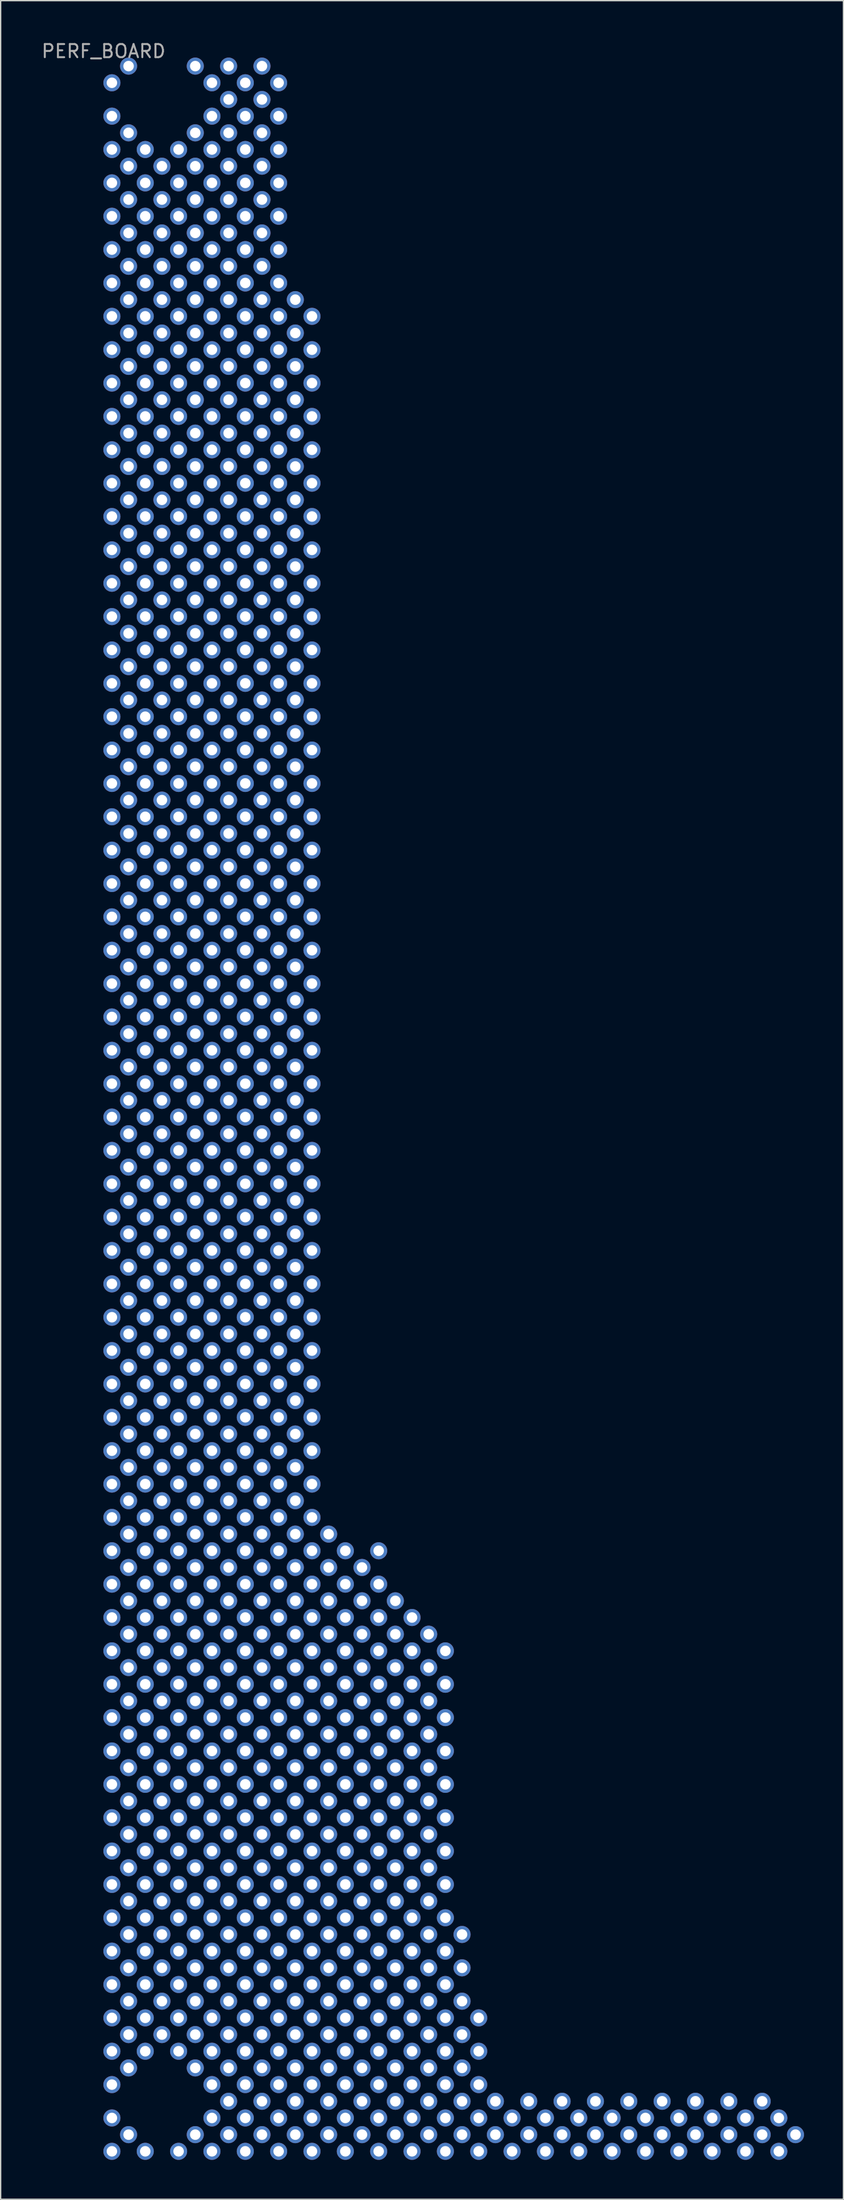
<source format=kicad_pcb>
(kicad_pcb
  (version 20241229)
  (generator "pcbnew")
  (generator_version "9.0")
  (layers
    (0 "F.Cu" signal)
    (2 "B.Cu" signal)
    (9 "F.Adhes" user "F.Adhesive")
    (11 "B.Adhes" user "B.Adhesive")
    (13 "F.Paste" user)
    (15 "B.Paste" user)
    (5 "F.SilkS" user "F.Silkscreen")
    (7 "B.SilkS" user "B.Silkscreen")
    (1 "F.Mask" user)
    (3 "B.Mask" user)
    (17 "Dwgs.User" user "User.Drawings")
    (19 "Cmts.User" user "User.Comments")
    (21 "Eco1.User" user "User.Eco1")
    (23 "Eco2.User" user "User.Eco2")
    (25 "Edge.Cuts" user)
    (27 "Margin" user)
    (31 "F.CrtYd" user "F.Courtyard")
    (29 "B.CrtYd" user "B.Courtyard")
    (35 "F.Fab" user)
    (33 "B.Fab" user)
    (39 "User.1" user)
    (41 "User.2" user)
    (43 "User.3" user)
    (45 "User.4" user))
  (footprint "PERF_BOARD"
    (layer "F.Cu")
    (at 4.839 1.348)
    (property "Reference" "PERF_BOARD" (at 0 -0.5 0) (unlocked yes) (layer "F.Fab") (effects (font (size 1 1) (thickness 0.15))))
    (pad "PAD_00_001" thru_hole circle (at 0.635 1.905) (size 1.3 1.3) (drill 0.8) (layers "*.Cu" "*.Mask"))
    (pad "PAD_00_003" thru_hole circle (at 0.635 4.445) (size 1.3 1.3) (drill 0.8) (layers "*.Cu" "*.Mask"))
    (pad "PAD_00_005" thru_hole circle (at 0.635 6.985) (size 1.3 1.3) (drill 0.8) (layers "*.Cu" "*.Mask"))
    (pad "PAD_00_007" thru_hole circle (at 0.635 9.525) (size 1.3 1.3) (drill 0.8) (layers "*.Cu" "*.Mask"))
    (pad "PAD_00_009" thru_hole circle (at 0.635 12.065) (size 1.3 1.3) (drill 0.8) (layers "*.Cu" "*.Mask"))
    (pad "PAD_00_011" thru_hole circle (at 0.635 14.605) (size 1.3 1.3) (drill 0.8) (layers "*.Cu" "*.Mask"))
    (pad "PAD_00_013" thru_hole circle (at 0.635 17.145) (size 1.3 1.3) (drill 0.8) (layers "*.Cu" "*.Mask"))
    (pad "PAD_00_015" thru_hole circle (at 0.635 19.685) (size 1.3 1.3) (drill 0.8) (layers "*.Cu" "*.Mask"))
    (pad "PAD_00_017" thru_hole circle (at 0.635 22.225) (size 1.3 1.3) (drill 0.8) (layers "*.Cu" "*.Mask"))
    (pad "PAD_00_019" thru_hole circle (at 0.635 24.765) (size 1.3 1.3) (drill 0.8) (layers "*.Cu" "*.Mask"))
    (pad "PAD_00_021" thru_hole circle (at 0.635 27.305) (size 1.3 1.3) (drill 0.8) (layers "*.Cu" "*.Mask"))
    (pad "PAD_00_023" thru_hole circle (at 0.635 29.845) (size 1.3 1.3) (drill 0.8) (layers "*.Cu" "*.Mask"))
    (pad "PAD_00_025" thru_hole circle (at 0.635 32.385) (size 1.3 1.3) (drill 0.8) (layers "*.Cu" "*.Mask"))
    (pad "PAD_00_027" thru_hole circle (at 0.635 34.925) (size 1.3 1.3) (drill 0.8) (layers "*.Cu" "*.Mask"))
    (pad "PAD_00_029" thru_hole circle (at 0.635 37.465) (size 1.3 1.3) (drill 0.8) (layers "*.Cu" "*.Mask"))
    (pad "PAD_00_031" thru_hole circle (at 0.635 40.005) (size 1.3 1.3) (drill 0.8) (layers "*.Cu" "*.Mask"))
    (pad "PAD_00_033" thru_hole circle (at 0.635 42.545) (size 1.3 1.3) (drill 0.8) (layers "*.Cu" "*.Mask"))
    (pad "PAD_00_035" thru_hole circle (at 0.635 45.085) (size 1.3 1.3) (drill 0.8) (layers "*.Cu" "*.Mask"))
    (pad "PAD_00_037" thru_hole circle (at 0.635 47.625) (size 1.3 1.3) (drill 0.8) (layers "*.Cu" "*.Mask"))
    (pad "PAD_00_039" thru_hole circle (at 0.635 50.165) (size 1.3 1.3) (drill 0.8) (layers "*.Cu" "*.Mask"))
    (pad "PAD_00_041" thru_hole circle (at 0.635 52.705) (size 1.3 1.3) (drill 0.8) (layers "*.Cu" "*.Mask"))
    (pad "PAD_00_043" thru_hole circle (at 0.635 55.245) (size 1.3 1.3) (drill 0.8) (layers "*.Cu" "*.Mask"))
    (pad "PAD_00_045" thru_hole circle (at 0.635 57.785) (size 1.3 1.3) (drill 0.8) (layers "*.Cu" "*.Mask"))
    (pad "PAD_00_047" thru_hole circle (at 0.635 60.325) (size 1.3 1.3) (drill 0.8) (layers "*.Cu" "*.Mask"))
    (pad "PAD_00_049" thru_hole circle (at 0.635 62.865) (size 1.3 1.3) (drill 0.8) (layers "*.Cu" "*.Mask"))
    (pad "PAD_00_051" thru_hole circle (at 0.635 65.405) (size 1.3 1.3) (drill 0.8) (layers "*.Cu" "*.Mask"))
    (pad "PAD_00_053" thru_hole circle (at 0.635 67.945) (size 1.3 1.3) (drill 0.8) (layers "*.Cu" "*.Mask"))
    (pad "PAD_00_055" thru_hole circle (at 0.635 70.485) (size 1.3 1.3) (drill 0.8) (layers "*.Cu" "*.Mask"))
    (pad "PAD_00_057" thru_hole circle (at 0.635 73.025) (size 1.3 1.3) (drill 0.8) (layers "*.Cu" "*.Mask"))
    (pad "PAD_00_059" thru_hole circle (at 0.635 75.565) (size 1.3 1.3) (drill 0.8) (layers "*.Cu" "*.Mask"))
    (pad "PAD_00_061" thru_hole circle (at 0.635 78.105) (size 1.3 1.3) (drill 0.8) (layers "*.Cu" "*.Mask"))
    (pad "PAD_00_063" thru_hole circle (at 0.635 80.645) (size 1.3 1.3) (drill 0.8) (layers "*.Cu" "*.Mask"))
    (pad "PAD_00_065" thru_hole circle (at 0.635 83.185) (size 1.3 1.3) (drill 0.8) (layers "*.Cu" "*.Mask"))
    (pad "PAD_00_067" thru_hole circle (at 0.635 85.725) (size 1.3 1.3) (drill 0.8) (layers "*.Cu" "*.Mask"))
    (pad "PAD_00_069" thru_hole circle (at 0.635 88.265) (size 1.3 1.3) (drill 0.8) (layers "*.Cu" "*.Mask"))
    (pad "PAD_00_071" thru_hole circle (at 0.635 90.805) (size 1.3 1.3) (drill 0.8) (layers "*.Cu" "*.Mask"))
    (pad "PAD_00_073" thru_hole circle (at 0.635 93.345) (size 1.3 1.3) (drill 0.8) (layers "*.Cu" "*.Mask"))
    (pad "PAD_00_075" thru_hole circle (at 0.635 95.885) (size 1.3 1.3) (drill 0.8) (layers "*.Cu" "*.Mask"))
    (pad "PAD_00_077" thru_hole circle (at 0.635 98.425) (size 1.3 1.3) (drill 0.8) (layers "*.Cu" "*.Mask"))
    (pad "PAD_00_079" thru_hole circle (at 0.635 100.965) (size 1.3 1.3) (drill 0.8) (layers "*.Cu" "*.Mask"))
    (pad "PAD_00_081" thru_hole circle (at 0.635 103.505) (size 1.3 1.3) (drill 0.8) (layers "*.Cu" "*.Mask"))
    (pad "PAD_00_083" thru_hole circle (at 0.635 106.045) (size 1.3 1.3) (drill 0.8) (layers "*.Cu" "*.Mask"))
    (pad "PAD_00_085" thru_hole circle (at 0.635 108.585) (size 1.3 1.3) (drill 0.8) (layers "*.Cu" "*.Mask"))
    (pad "PAD_00_087" thru_hole circle (at 0.635 111.125) (size 1.3 1.3) (drill 0.8) (layers "*.Cu" "*.Mask"))
    (pad "PAD_00_089" thru_hole circle (at 0.635 113.665) (size 1.3 1.3) (drill 0.8) (layers "*.Cu" "*.Mask"))
    (pad "PAD_00_091" thru_hole circle (at 0.635 116.205) (size 1.3 1.3) (drill 0.8) (layers "*.Cu" "*.Mask"))
    (pad "PAD_00_093" thru_hole circle (at 0.635 118.745) (size 1.3 1.3) (drill 0.8) (layers "*.Cu" "*.Mask"))
    (pad "PAD_00_095" thru_hole circle (at 0.635 121.285) (size 1.3 1.3) (drill 0.8) (layers "*.Cu" "*.Mask"))
    (pad "PAD_00_097" thru_hole circle (at 0.635 123.825) (size 1.3 1.3) (drill 0.8) (layers "*.Cu" "*.Mask"))
    (pad "PAD_00_099" thru_hole circle (at 0.635 126.365) (size 1.3 1.3) (drill 0.8) (layers "*.Cu" "*.Mask"))
    (pad "PAD_00_101" thru_hole circle (at 0.635 128.905) (size 1.3 1.3) (drill 0.8) (layers "*.Cu" "*.Mask"))
    (pad "PAD_00_103" thru_hole circle (at 0.635 131.445) (size 1.3 1.3) (drill 0.8) (layers "*.Cu" "*.Mask"))
    (pad "PAD_00_105" thru_hole circle (at 0.635 133.985) (size 1.3 1.3) (drill 0.8) (layers "*.Cu" "*.Mask"))
    (pad "PAD_00_107" thru_hole circle (at 0.635 136.525) (size 1.3 1.3) (drill 0.8) (layers "*.Cu" "*.Mask"))
    (pad "PAD_00_109" thru_hole circle (at 0.635 139.065) (size 1.3 1.3) (drill 0.8) (layers "*.Cu" "*.Mask"))
    (pad "PAD_00_111" thru_hole circle (at 0.635 141.605) (size 1.3 1.3) (drill 0.8) (layers "*.Cu" "*.Mask"))
    (pad "PAD_00_113" thru_hole circle (at 0.635 144.145) (size 1.3 1.3) (drill 0.8) (layers "*.Cu" "*.Mask"))
    (pad "PAD_00_115" thru_hole circle (at 0.635 146.685) (size 1.3 1.3) (drill 0.8) (layers "*.Cu" "*.Mask"))
    (pad "PAD_00_117" thru_hole circle (at 0.635 149.225) (size 1.3 1.3) (drill 0.8) (layers "*.Cu" "*.Mask"))
    (pad "PAD_00_119" thru_hole circle (at 0.635 151.765) (size 1.3 1.3) (drill 0.8) (layers "*.Cu" "*.Mask"))
    (pad "PAD_00_121" thru_hole circle (at 0.635 154.305) (size 1.3 1.3) (drill 0.8) (layers "*.Cu" "*.Mask"))
    (pad "PAD_00_123" thru_hole circle (at 0.635 156.845) (size 1.3 1.3) (drill 0.8) (layers "*.Cu" "*.Mask"))
    (pad "PAD_00_125" thru_hole circle (at 0.635 159.385) (size 1.3 1.3) (drill 0.8) (layers "*.Cu" "*.Mask"))
    (pad "PAD_01_000" thru_hole circle (at 1.905 0.635) (size 1.3 1.3) (drill 0.8) (layers "*.Cu" "*.Mask"))
    (pad "PAD_01_004" thru_hole circle (at 1.905 5.715) (size 1.3 1.3) (drill 0.8) (layers "*.Cu" "*.Mask"))
    (pad "PAD_01_006" thru_hole circle (at 1.905 8.255) (size 1.3 1.3) (drill 0.8) (layers "*.Cu" "*.Mask"))
    (pad "PAD_01_008" thru_hole circle (at 1.905 10.795) (size 1.3 1.3) (drill 0.8) (layers "*.Cu" "*.Mask"))
    (pad "PAD_01_010" thru_hole circle (at 1.905 13.335) (size 1.3 1.3) (drill 0.8) (layers "*.Cu" "*.Mask"))
    (pad "PAD_01_012" thru_hole circle (at 1.905 15.875) (size 1.3 1.3) (drill 0.8) (layers "*.Cu" "*.Mask"))
    (pad "PAD_01_014" thru_hole circle (at 1.905 18.415) (size 1.3 1.3) (drill 0.8) (layers "*.Cu" "*.Mask"))
    (pad "PAD_01_016" thru_hole circle (at 1.905 20.955) (size 1.3 1.3) (drill 0.8) (layers "*.Cu" "*.Mask"))
    (pad "PAD_01_018" thru_hole circle (at 1.905 23.495) (size 1.3 1.3) (drill 0.8) (layers "*.Cu" "*.Mask"))
    (pad "PAD_01_020" thru_hole circle (at 1.905 26.035) (size 1.3 1.3) (drill 0.8) (layers "*.Cu" "*.Mask"))
    (pad "PAD_01_022" thru_hole circle (at 1.905 28.575) (size 1.3 1.3) (drill 0.8) (layers "*.Cu" "*.Mask"))
    (pad "PAD_01_024" thru_hole circle (at 1.905 31.115) (size 1.3 1.3) (drill 0.8) (layers "*.Cu" "*.Mask"))
    (pad "PAD_01_026" thru_hole circle (at 1.905 33.655) (size 1.3 1.3) (drill 0.8) (layers "*.Cu" "*.Mask"))
    (pad "PAD_01_028" thru_hole circle (at 1.905 36.195) (size 1.3 1.3) (drill 0.8) (layers "*.Cu" "*.Mask"))
    (pad "PAD_01_030" thru_hole circle (at 1.905 38.735) (size 1.3 1.3) (drill 0.8) (layers "*.Cu" "*.Mask"))
    (pad "PAD_01_032" thru_hole circle (at 1.905 41.275) (size 1.3 1.3) (drill 0.8) (layers "*.Cu" "*.Mask"))
    (pad "PAD_01_034" thru_hole circle (at 1.905 43.815) (size 1.3 1.3) (drill 0.8) (layers "*.Cu" "*.Mask"))
    (pad "PAD_01_036" thru_hole circle (at 1.905 46.355) (size 1.3 1.3) (drill 0.8) (layers "*.Cu" "*.Mask"))
    (pad "PAD_01_038" thru_hole circle (at 1.905 48.895) (size 1.3 1.3) (drill 0.8) (layers "*.Cu" "*.Mask"))
    (pad "PAD_01_040" thru_hole circle (at 1.905 51.435) (size 1.3 1.3) (drill 0.8) (layers "*.Cu" "*.Mask"))
    (pad "PAD_01_042" thru_hole circle (at 1.905 53.975) (size 1.3 1.3) (drill 0.8) (layers "*.Cu" "*.Mask"))
    (pad "PAD_01_044" thru_hole circle (at 1.905 56.515) (size 1.3 1.3) (drill 0.8) (layers "*.Cu" "*.Mask"))
    (pad "PAD_01_046" thru_hole circle (at 1.905 59.055) (size 1.3 1.3) (drill 0.8) (layers "*.Cu" "*.Mask"))
    (pad "PAD_01_048" thru_hole circle (at 1.905 61.595) (size 1.3 1.3) (drill 0.8) (layers "*.Cu" "*.Mask"))
    (pad "PAD_01_050" thru_hole circle (at 1.905 64.135) (size 1.3 1.3) (drill 0.8) (layers "*.Cu" "*.Mask"))
    (pad "PAD_01_052" thru_hole circle (at 1.905 66.675) (size 1.3 1.3) (drill 0.8) (layers "*.Cu" "*.Mask"))
    (pad "PAD_01_054" thru_hole circle (at 1.905 69.215) (size 1.3 1.3) (drill 0.8) (layers "*.Cu" "*.Mask"))
    (pad "PAD_01_056" thru_hole circle (at 1.905 71.755) (size 1.3 1.3) (drill 0.8) (layers "*.Cu" "*.Mask"))
    (pad "PAD_01_058" thru_hole circle (at 1.905 74.295) (size 1.3 1.3) (drill 0.8) (layers "*.Cu" "*.Mask"))
    (pad "PAD_01_060" thru_hole circle (at 1.905 76.835) (size 1.3 1.3) (drill 0.8) (layers "*.Cu" "*.Mask"))
    (pad "PAD_01_062" thru_hole circle (at 1.905 79.375) (size 1.3 1.3) (drill 0.8) (layers "*.Cu" "*.Mask"))
    (pad "PAD_01_064" thru_hole circle (at 1.905 81.915) (size 1.3 1.3) (drill 0.8) (layers "*.Cu" "*.Mask"))
    (pad "PAD_01_066" thru_hole circle (at 1.905 84.455) (size 1.3 1.3) (drill 0.8) (layers "*.Cu" "*.Mask"))
    (pad "PAD_01_068" thru_hole circle (at 1.905 86.995) (size 1.3 1.3) (drill 0.8) (layers "*.Cu" "*.Mask"))
    (pad "PAD_01_070" thru_hole circle (at 1.905 89.535) (size 1.3 1.3) (drill 0.8) (layers "*.Cu" "*.Mask"))
    (pad "PAD_01_072" thru_hole circle (at 1.905 92.075) (size 1.3 1.3) (drill 0.8) (layers "*.Cu" "*.Mask"))
    (pad "PAD_01_074" thru_hole circle (at 1.905 94.615) (size 1.3 1.3) (drill 0.8) (layers "*.Cu" "*.Mask"))
    (pad "PAD_01_076" thru_hole circle (at 1.905 97.155) (size 1.3 1.3) (drill 0.8) (layers "*.Cu" "*.Mask"))
    (pad "PAD_01_078" thru_hole circle (at 1.905 99.695) (size 1.3 1.3) (drill 0.8) (layers "*.Cu" "*.Mask"))
    (pad "PAD_01_080" thru_hole circle (at 1.905 102.235) (size 1.3 1.3) (drill 0.8) (layers "*.Cu" "*.Mask"))
    (pad "PAD_01_082" thru_hole circle (at 1.905 104.775) (size 1.3 1.3) (drill 0.8) (layers "*.Cu" "*.Mask"))
    (pad "PAD_01_084" thru_hole circle (at 1.905 107.315) (size 1.3 1.3) (drill 0.8) (layers "*.Cu" "*.Mask"))
    (pad "PAD_01_086" thru_hole circle (at 1.905 109.855) (size 1.3 1.3) (drill 0.8) (layers "*.Cu" "*.Mask"))
    (pad "PAD_01_088" thru_hole circle (at 1.905 112.395) (size 1.3 1.3) (drill 0.8) (layers "*.Cu" "*.Mask"))
    (pad "PAD_01_090" thru_hole circle (at 1.905 114.935) (size 1.3 1.3) (drill 0.8) (layers "*.Cu" "*.Mask"))
    (pad "PAD_01_092" thru_hole circle (at 1.905 117.475) (size 1.3 1.3) (drill 0.8) (layers "*.Cu" "*.Mask"))
    (pad "PAD_01_094" thru_hole circle (at 1.905 120.015) (size 1.3 1.3) (drill 0.8) (layers "*.Cu" "*.Mask"))
    (pad "PAD_01_096" thru_hole circle (at 1.905 122.555) (size 1.3 1.3) (drill 0.8) (layers "*.Cu" "*.Mask"))
    (pad "PAD_01_098" thru_hole circle (at 1.905 125.095) (size 1.3 1.3) (drill 0.8) (layers "*.Cu" "*.Mask"))
    (pad "PAD_01_100" thru_hole circle (at 1.905 127.635) (size 1.3 1.3) (drill 0.8) (layers "*.Cu" "*.Mask"))
    (pad "PAD_01_102" thru_hole circle (at 1.905 130.175) (size 1.3 1.3) (drill 0.8) (layers "*.Cu" "*.Mask"))
    (pad "PAD_01_104" thru_hole circle (at 1.905 132.715) (size 1.3 1.3) (drill 0.8) (layers "*.Cu" "*.Mask"))
    (pad "PAD_01_106" thru_hole circle (at 1.905 135.255) (size 1.3 1.3) (drill 0.8) (layers "*.Cu" "*.Mask"))
    (pad "PAD_01_108" thru_hole circle (at 1.905 137.795) (size 1.3 1.3) (drill 0.8) (layers "*.Cu" "*.Mask"))
    (pad "PAD_01_110" thru_hole circle (at 1.905 140.335) (size 1.3 1.3) (drill 0.8) (layers "*.Cu" "*.Mask"))
    (pad "PAD_01_112" thru_hole circle (at 1.905 142.875) (size 1.3 1.3) (drill 0.8) (layers "*.Cu" "*.Mask"))
    (pad "PAD_01_114" thru_hole circle (at 1.905 145.415) (size 1.3 1.3) (drill 0.8) (layers "*.Cu" "*.Mask"))
    (pad "PAD_01_116" thru_hole circle (at 1.905 147.955) (size 1.3 1.3) (drill 0.8) (layers "*.Cu" "*.Mask"))
    (pad "PAD_01_118" thru_hole circle (at 1.905 150.495) (size 1.3 1.3) (drill 0.8) (layers "*.Cu" "*.Mask"))
    (pad "PAD_01_120" thru_hole circle (at 1.905 153.035) (size 1.3 1.3) (drill 0.8) (layers "*.Cu" "*.Mask"))
    (pad "PAD_01_124" thru_hole circle (at 1.905 158.115) (size 1.3 1.3) (drill 0.8) (layers "*.Cu" "*.Mask"))
    (pad "PAD_02_005" thru_hole circle (at 3.175 6.985) (size 1.3 1.3) (drill 0.8) (layers "*.Cu" "*.Mask"))
    (pad "PAD_02_007" thru_hole circle (at 3.175 9.525) (size 1.3 1.3) (drill 0.8) (layers "*.Cu" "*.Mask"))
    (pad "PAD_02_009" thru_hole circle (at 3.175 12.065) (size 1.3 1.3) (drill 0.8) (layers "*.Cu" "*.Mask"))
    (pad "PAD_02_011" thru_hole circle (at 3.175 14.605) (size 1.3 1.3) (drill 0.8) (layers "*.Cu" "*.Mask"))
    (pad "PAD_02_013" thru_hole circle (at 3.175 17.145) (size 1.3 1.3) (drill 0.8) (layers "*.Cu" "*.Mask"))
    (pad "PAD_02_015" thru_hole circle (at 3.175 19.685) (size 1.3 1.3) (drill 0.8) (layers "*.Cu" "*.Mask"))
    (pad "PAD_02_017" thru_hole circle (at 3.175 22.225) (size 1.3 1.3) (drill 0.8) (layers "*.Cu" "*.Mask"))
    (pad "PAD_02_019" thru_hole circle (at 3.175 24.765) (size 1.3 1.3) (drill 0.8) (layers "*.Cu" "*.Mask"))
    (pad "PAD_02_021" thru_hole circle (at 3.175 27.305) (size 1.3 1.3) (drill 0.8) (layers "*.Cu" "*.Mask"))
    (pad "PAD_02_023" thru_hole circle (at 3.175 29.845) (size 1.3 1.3) (drill 0.8) (layers "*.Cu" "*.Mask"))
    (pad "PAD_02_025" thru_hole circle (at 3.175 32.385) (size 1.3 1.3) (drill 0.8) (layers "*.Cu" "*.Mask"))
    (pad "PAD_02_027" thru_hole circle (at 3.175 34.925) (size 1.3 1.3) (drill 0.8) (layers "*.Cu" "*.Mask"))
    (pad "PAD_02_029" thru_hole circle (at 3.175 37.465) (size 1.3 1.3) (drill 0.8) (layers "*.Cu" "*.Mask"))
    (pad "PAD_02_031" thru_hole circle (at 3.175 40.005) (size 1.3 1.3) (drill 0.8) (layers "*.Cu" "*.Mask"))
    (pad "PAD_02_033" thru_hole circle (at 3.175 42.545) (size 1.3 1.3) (drill 0.8) (layers "*.Cu" "*.Mask"))
    (pad "PAD_02_035" thru_hole circle (at 3.175 45.085) (size 1.3 1.3) (drill 0.8) (layers "*.Cu" "*.Mask"))
    (pad "PAD_02_037" thru_hole circle (at 3.175 47.625) (size 1.3 1.3) (drill 0.8) (layers "*.Cu" "*.Mask"))
    (pad "PAD_02_039" thru_hole circle (at 3.175 50.165) (size 1.3 1.3) (drill 0.8) (layers "*.Cu" "*.Mask"))
    (pad "PAD_02_041" thru_hole circle (at 3.175 52.705) (size 1.3 1.3) (drill 0.8) (layers "*.Cu" "*.Mask"))
    (pad "PAD_02_043" thru_hole circle (at 3.175 55.245) (size 1.3 1.3) (drill 0.8) (layers "*.Cu" "*.Mask"))
    (pad "PAD_02_045" thru_hole circle (at 3.175 57.785) (size 1.3 1.3) (drill 0.8) (layers "*.Cu" "*.Mask"))
    (pad "PAD_02_047" thru_hole circle (at 3.175 60.325) (size 1.3 1.3) (drill 0.8) (layers "*.Cu" "*.Mask"))
    (pad "PAD_02_049" thru_hole circle (at 3.175 62.865) (size 1.3 1.3) (drill 0.8) (layers "*.Cu" "*.Mask"))
    (pad "PAD_02_051" thru_hole circle (at 3.175 65.405) (size 1.3 1.3) (drill 0.8) (layers "*.Cu" "*.Mask"))
    (pad "PAD_02_053" thru_hole circle (at 3.175 67.945) (size 1.3 1.3) (drill 0.8) (layers "*.Cu" "*.Mask"))
    (pad "PAD_02_055" thru_hole circle (at 3.175 70.485) (size 1.3 1.3) (drill 0.8) (layers "*.Cu" "*.Mask"))
    (pad "PAD_02_057" thru_hole circle (at 3.175 73.025) (size 1.3 1.3) (drill 0.8) (layers "*.Cu" "*.Mask"))
    (pad "PAD_02_059" thru_hole circle (at 3.175 75.565) (size 1.3 1.3) (drill 0.8) (layers "*.Cu" "*.Mask"))
    (pad "PAD_02_061" thru_hole circle (at 3.175 78.105) (size 1.3 1.3) (drill 0.8) (layers "*.Cu" "*.Mask"))
    (pad "PAD_02_063" thru_hole circle (at 3.175 80.645) (size 1.3 1.3) (drill 0.8) (layers "*.Cu" "*.Mask"))
    (pad "PAD_02_065" thru_hole circle (at 3.175 83.185) (size 1.3 1.3) (drill 0.8) (layers "*.Cu" "*.Mask"))
    (pad "PAD_02_067" thru_hole circle (at 3.175 85.725) (size 1.3 1.3) (drill 0.8) (layers "*.Cu" "*.Mask"))
    (pad "PAD_02_069" thru_hole circle (at 3.175 88.265) (size 1.3 1.3) (drill 0.8) (layers "*.Cu" "*.Mask"))
    (pad "PAD_02_071" thru_hole circle (at 3.175 90.805) (size 1.3 1.3) (drill 0.8) (layers "*.Cu" "*.Mask"))
    (pad "PAD_02_073" thru_hole circle (at 3.175 93.345) (size 1.3 1.3) (drill 0.8) (layers "*.Cu" "*.Mask"))
    (pad "PAD_02_075" thru_hole circle (at 3.175 95.885) (size 1.3 1.3) (drill 0.8) (layers "*.Cu" "*.Mask"))
    (pad "PAD_02_077" thru_hole circle (at 3.175 98.425) (size 1.3 1.3) (drill 0.8) (layers "*.Cu" "*.Mask"))
    (pad "PAD_02_079" thru_hole circle (at 3.175 100.965) (size 1.3 1.3) (drill 0.8) (layers "*.Cu" "*.Mask"))
    (pad "PAD_02_081" thru_hole circle (at 3.175 103.505) (size 1.3 1.3) (drill 0.8) (layers "*.Cu" "*.Mask"))
    (pad "PAD_02_083" thru_hole circle (at 3.175 106.045) (size 1.3 1.3) (drill 0.8) (layers "*.Cu" "*.Mask"))
    (pad "PAD_02_085" thru_hole circle (at 3.175 108.585) (size 1.3 1.3) (drill 0.8) (layers "*.Cu" "*.Mask"))
    (pad "PAD_02_087" thru_hole circle (at 3.175 111.125) (size 1.3 1.3) (drill 0.8) (layers "*.Cu" "*.Mask"))
    (pad "PAD_02_089" thru_hole circle (at 3.175 113.665) (size 1.3 1.3) (drill 0.8) (layers "*.Cu" "*.Mask"))
    (pad "PAD_02_091" thru_hole circle (at 3.175 116.205) (size 1.3 1.3) (drill 0.8) (layers "*.Cu" "*.Mask"))
    (pad "PAD_02_093" thru_hole circle (at 3.175 118.745) (size 1.3 1.3) (drill 0.8) (layers "*.Cu" "*.Mask"))
    (pad "PAD_02_095" thru_hole circle (at 3.175 121.285) (size 1.3 1.3) (drill 0.8) (layers "*.Cu" "*.Mask"))
    (pad "PAD_02_097" thru_hole circle (at 3.175 123.825) (size 1.3 1.3) (drill 0.8) (layers "*.Cu" "*.Mask"))
    (pad "PAD_02_099" thru_hole circle (at 3.175 126.365) (size 1.3 1.3) (drill 0.8) (layers "*.Cu" "*.Mask"))
    (pad "PAD_02_101" thru_hole circle (at 3.175 128.905) (size 1.3 1.3) (drill 0.8) (layers "*.Cu" "*.Mask"))
    (pad "PAD_02_103" thru_hole circle (at 3.175 131.445) (size 1.3 1.3) (drill 0.8) (layers "*.Cu" "*.Mask"))
    (pad "PAD_02_105" thru_hole circle (at 3.175 133.985) (size 1.3 1.3) (drill 0.8) (layers "*.Cu" "*.Mask"))
    (pad "PAD_02_107" thru_hole circle (at 3.175 136.525) (size 1.3 1.3) (drill 0.8) (layers "*.Cu" "*.Mask"))
    (pad "PAD_02_109" thru_hole circle (at 3.175 139.065) (size 1.3 1.3) (drill 0.8) (layers "*.Cu" "*.Mask"))
    (pad "PAD_02_111" thru_hole circle (at 3.175 141.605) (size 1.3 1.3) (drill 0.8) (layers "*.Cu" "*.Mask"))
    (pad "PAD_02_113" thru_hole circle (at 3.175 144.145) (size 1.3 1.3) (drill 0.8) (layers "*.Cu" "*.Mask"))
    (pad "PAD_02_115" thru_hole circle (at 3.175 146.685) (size 1.3 1.3) (drill 0.8) (layers "*.Cu" "*.Mask"))
    (pad "PAD_02_117" thru_hole circle (at 3.175 149.225) (size 1.3 1.3) (drill 0.8) (layers "*.Cu" "*.Mask"))
    (pad "PAD_02_119" thru_hole circle (at 3.175 151.765) (size 1.3 1.3) (drill 0.8) (layers "*.Cu" "*.Mask"))
    (pad "PAD_02_125" thru_hole circle (at 3.175 159.385) (size 1.3 1.3) (drill 0.8) (layers "*.Cu" "*.Mask"))
    (pad "PAD_03_006" thru_hole circle (at 4.445 8.255) (size 1.3 1.3) (drill 0.8) (layers "*.Cu" "*.Mask"))
    (pad "PAD_03_008" thru_hole circle (at 4.445 10.795) (size 1.3 1.3) (drill 0.8) (layers "*.Cu" "*.Mask"))
    (pad "PAD_03_010" thru_hole circle (at 4.445 13.335) (size 1.3 1.3) (drill 0.8) (layers "*.Cu" "*.Mask"))
    (pad "PAD_03_012" thru_hole circle (at 4.445 15.875) (size 1.3 1.3) (drill 0.8) (layers "*.Cu" "*.Mask"))
    (pad "PAD_03_014" thru_hole circle (at 4.445 18.415) (size 1.3 1.3) (drill 0.8) (layers "*.Cu" "*.Mask"))
    (pad "PAD_03_016" thru_hole circle (at 4.445 20.955) (size 1.3 1.3) (drill 0.8) (layers "*.Cu" "*.Mask"))
    (pad "PAD_03_018" thru_hole circle (at 4.445 23.495) (size 1.3 1.3) (drill 0.8) (layers "*.Cu" "*.Mask"))
    (pad "PAD_03_020" thru_hole circle (at 4.445 26.035) (size 1.3 1.3) (drill 0.8) (layers "*.Cu" "*.Mask"))
    (pad "PAD_03_022" thru_hole circle (at 4.445 28.575) (size 1.3 1.3) (drill 0.8) (layers "*.Cu" "*.Mask"))
    (pad "PAD_03_024" thru_hole circle (at 4.445 31.115) (size 1.3 1.3) (drill 0.8) (layers "*.Cu" "*.Mask"))
    (pad "PAD_03_026" thru_hole circle (at 4.445 33.655) (size 1.3 1.3) (drill 0.8) (layers "*.Cu" "*.Mask"))
    (pad "PAD_03_028" thru_hole circle (at 4.445 36.195) (size 1.3 1.3) (drill 0.8) (layers "*.Cu" "*.Mask"))
    (pad "PAD_03_030" thru_hole circle (at 4.445 38.735) (size 1.3 1.3) (drill 0.8) (layers "*.Cu" "*.Mask"))
    (pad "PAD_03_032" thru_hole circle (at 4.445 41.275) (size 1.3 1.3) (drill 0.8) (layers "*.Cu" "*.Mask"))
    (pad "PAD_03_034" thru_hole circle (at 4.445 43.815) (size 1.3 1.3) (drill 0.8) (layers "*.Cu" "*.Mask"))
    (pad "PAD_03_036" thru_hole circle (at 4.445 46.355) (size 1.3 1.3) (drill 0.8) (layers "*.Cu" "*.Mask"))
    (pad "PAD_03_038" thru_hole circle (at 4.445 48.895) (size 1.3 1.3) (drill 0.8) (layers "*.Cu" "*.Mask"))
    (pad "PAD_03_040" thru_hole circle (at 4.445 51.435) (size 1.3 1.3) (drill 0.8) (layers "*.Cu" "*.Mask"))
    (pad "PAD_03_042" thru_hole circle (at 4.445 53.975) (size 1.3 1.3) (drill 0.8) (layers "*.Cu" "*.Mask"))
    (pad "PAD_03_044" thru_hole circle (at 4.445 56.515) (size 1.3 1.3) (drill 0.8) (layers "*.Cu" "*.Mask"))
    (pad "PAD_03_046" thru_hole circle (at 4.445 59.055) (size 1.3 1.3) (drill 0.8) (layers "*.Cu" "*.Mask"))
    (pad "PAD_03_048" thru_hole circle (at 4.445 61.595) (size 1.3 1.3) (drill 0.8) (layers "*.Cu" "*.Mask"))
    (pad "PAD_03_050" thru_hole circle (at 4.445 64.135) (size 1.3 1.3) (drill 0.8) (layers "*.Cu" "*.Mask"))
    (pad "PAD_03_052" thru_hole circle (at 4.445 66.675) (size 1.3 1.3) (drill 0.8) (layers "*.Cu" "*.Mask"))
    (pad "PAD_03_054" thru_hole circle (at 4.445 69.215) (size 1.3 1.3) (drill 0.8) (layers "*.Cu" "*.Mask"))
    (pad "PAD_03_056" thru_hole circle (at 4.445 71.755) (size 1.3 1.3) (drill 0.8) (layers "*.Cu" "*.Mask"))
    (pad "PAD_03_058" thru_hole circle (at 4.445 74.295) (size 1.3 1.3) (drill 0.8) (layers "*.Cu" "*.Mask"))
    (pad "PAD_03_060" thru_hole circle (at 4.445 76.835) (size 1.3 1.3) (drill 0.8) (layers "*.Cu" "*.Mask"))
    (pad "PAD_03_062" thru_hole circle (at 4.445 79.375) (size 1.3 1.3) (drill 0.8) (layers "*.Cu" "*.Mask"))
    (pad "PAD_03_064" thru_hole circle (at 4.445 81.915) (size 1.3 1.3) (drill 0.8) (layers "*.Cu" "*.Mask"))
    (pad "PAD_03_066" thru_hole circle (at 4.445 84.455) (size 1.3 1.3) (drill 0.8) (layers "*.Cu" "*.Mask"))
    (pad "PAD_03_068" thru_hole circle (at 4.445 86.995) (size 1.3 1.3) (drill 0.8) (layers "*.Cu" "*.Mask"))
    (pad "PAD_03_070" thru_hole circle (at 4.445 89.535) (size 1.3 1.3) (drill 0.8) (layers "*.Cu" "*.Mask"))
    (pad "PAD_03_072" thru_hole circle (at 4.445 92.075) (size 1.3 1.3) (drill 0.8) (layers "*.Cu" "*.Mask"))
    (pad "PAD_03_074" thru_hole circle (at 4.445 94.615) (size 1.3 1.3) (drill 0.8) (layers "*.Cu" "*.Mask"))
    (pad "PAD_03_076" thru_hole circle (at 4.445 97.155) (size 1.3 1.3) (drill 0.8) (layers "*.Cu" "*.Mask"))
    (pad "PAD_03_078" thru_hole circle (at 4.445 99.695) (size 1.3 1.3) (drill 0.8) (layers "*.Cu" "*.Mask"))
    (pad "PAD_03_080" thru_hole circle (at 4.445 102.235) (size 1.3 1.3) (drill 0.8) (layers "*.Cu" "*.Mask"))
    (pad "PAD_03_082" thru_hole circle (at 4.445 104.775) (size 1.3 1.3) (drill 0.8) (layers "*.Cu" "*.Mask"))
    (pad "PAD_03_084" thru_hole circle (at 4.445 107.315) (size 1.3 1.3) (drill 0.8) (layers "*.Cu" "*.Mask"))
    (pad "PAD_03_086" thru_hole circle (at 4.445 109.855) (size 1.3 1.3) (drill 0.8) (layers "*.Cu" "*.Mask"))
    (pad "PAD_03_088" thru_hole circle (at 4.445 112.395) (size 1.3 1.3) (drill 0.8) (layers "*.Cu" "*.Mask"))
    (pad "PAD_03_090" thru_hole circle (at 4.445 114.935) (size 1.3 1.3) (drill 0.8) (layers "*.Cu" "*.Mask"))
    (pad "PAD_03_092" thru_hole circle (at 4.445 117.475) (size 1.3 1.3) (drill 0.8) (layers "*.Cu" "*.Mask"))
    (pad "PAD_03_094" thru_hole circle (at 4.445 120.015) (size 1.3 1.3) (drill 0.8) (layers "*.Cu" "*.Mask"))
    (pad "PAD_03_096" thru_hole circle (at 4.445 122.555) (size 1.3 1.3) (drill 0.8) (layers "*.Cu" "*.Mask"))
    (pad "PAD_03_098" thru_hole circle (at 4.445 125.095) (size 1.3 1.3) (drill 0.8) (layers "*.Cu" "*.Mask"))
    (pad "PAD_03_100" thru_hole circle (at 4.445 127.635) (size 1.3 1.3) (drill 0.8) (layers "*.Cu" "*.Mask"))
    (pad "PAD_03_102" thru_hole circle (at 4.445 130.175) (size 1.3 1.3) (drill 0.8) (layers "*.Cu" "*.Mask"))
    (pad "PAD_03_104" thru_hole circle (at 4.445 132.715) (size 1.3 1.3) (drill 0.8) (layers "*.Cu" "*.Mask"))
    (pad "PAD_03_106" thru_hole circle (at 4.445 135.255) (size 1.3 1.3) (drill 0.8) (layers "*.Cu" "*.Mask"))
    (pad "PAD_03_108" thru_hole circle (at 4.445 137.795) (size 1.3 1.3) (drill 0.8) (layers "*.Cu" "*.Mask"))
    (pad "PAD_03_110" thru_hole circle (at 4.445 140.335) (size 1.3 1.3) (drill 0.8) (layers "*.Cu" "*.Mask"))
    (pad "PAD_03_112" thru_hole circle (at 4.445 142.875) (size 1.3 1.3) (drill 0.8) (layers "*.Cu" "*.Mask"))
    (pad "PAD_03_114" thru_hole circle (at 4.445 145.415) (size 1.3 1.3) (drill 0.8) (layers "*.Cu" "*.Mask"))
    (pad "PAD_03_116" thru_hole circle (at 4.445 147.955) (size 1.3 1.3) (drill 0.8) (layers "*.Cu" "*.Mask"))
    (pad "PAD_03_118" thru_hole circle (at 4.445 150.495) (size 1.3 1.3) (drill 0.8) (layers "*.Cu" "*.Mask"))
    (pad "PAD_04_005" thru_hole circle (at 5.715 6.985) (size 1.3 1.3) (drill 0.8) (layers "*.Cu" "*.Mask"))
    (pad "PAD_04_007" thru_hole circle (at 5.715 9.525) (size 1.3 1.3) (drill 0.8) (layers "*.Cu" "*.Mask"))
    (pad "PAD_04_009" thru_hole circle (at 5.715 12.065) (size 1.3 1.3) (drill 0.8) (layers "*.Cu" "*.Mask"))
    (pad "PAD_04_011" thru_hole circle (at 5.715 14.605) (size 1.3 1.3) (drill 0.8) (layers "*.Cu" "*.Mask"))
    (pad "PAD_04_013" thru_hole circle (at 5.715 17.145) (size 1.3 1.3) (drill 0.8) (layers "*.Cu" "*.Mask"))
    (pad "PAD_04_015" thru_hole circle (at 5.715 19.685) (size 1.3 1.3) (drill 0.8) (layers "*.Cu" "*.Mask"))
    (pad "PAD_04_017" thru_hole circle (at 5.715 22.225) (size 1.3 1.3) (drill 0.8) (layers "*.Cu" "*.Mask"))
    (pad "PAD_04_019" thru_hole circle (at 5.715 24.765) (size 1.3 1.3) (drill 0.8) (layers "*.Cu" "*.Mask"))
    (pad "PAD_04_021" thru_hole circle (at 5.715 27.305) (size 1.3 1.3) (drill 0.8) (layers "*.Cu" "*.Mask"))
    (pad "PAD_04_023" thru_hole circle (at 5.715 29.845) (size 1.3 1.3) (drill 0.8) (layers "*.Cu" "*.Mask"))
    (pad "PAD_04_025" thru_hole circle (at 5.715 32.385) (size 1.3 1.3) (drill 0.8) (layers "*.Cu" "*.Mask"))
    (pad "PAD_04_027" thru_hole circle (at 5.715 34.925) (size 1.3 1.3) (drill 0.8) (layers "*.Cu" "*.Mask"))
    (pad "PAD_04_029" thru_hole circle (at 5.715 37.465) (size 1.3 1.3) (drill 0.8) (layers "*.Cu" "*.Mask"))
    (pad "PAD_04_031" thru_hole circle (at 5.715 40.005) (size 1.3 1.3) (drill 0.8) (layers "*.Cu" "*.Mask"))
    (pad "PAD_04_033" thru_hole circle (at 5.715 42.545) (size 1.3 1.3) (drill 0.8) (layers "*.Cu" "*.Mask"))
    (pad "PAD_04_035" thru_hole circle (at 5.715 45.085) (size 1.3 1.3) (drill 0.8) (layers "*.Cu" "*.Mask"))
    (pad "PAD_04_037" thru_hole circle (at 5.715 47.625) (size 1.3 1.3) (drill 0.8) (layers "*.Cu" "*.Mask"))
    (pad "PAD_04_039" thru_hole circle (at 5.715 50.165) (size 1.3 1.3) (drill 0.8) (layers "*.Cu" "*.Mask"))
    (pad "PAD_04_041" thru_hole circle (at 5.715 52.705) (size 1.3 1.3) (drill 0.8) (layers "*.Cu" "*.Mask"))
    (pad "PAD_04_043" thru_hole circle (at 5.715 55.245) (size 1.3 1.3) (drill 0.8) (layers "*.Cu" "*.Mask"))
    (pad "PAD_04_045" thru_hole circle (at 5.715 57.785) (size 1.3 1.3) (drill 0.8) (layers "*.Cu" "*.Mask"))
    (pad "PAD_04_047" thru_hole circle (at 5.715 60.325) (size 1.3 1.3) (drill 0.8) (layers "*.Cu" "*.Mask"))
    (pad "PAD_04_049" thru_hole circle (at 5.715 62.865) (size 1.3 1.3) (drill 0.8) (layers "*.Cu" "*.Mask"))
    (pad "PAD_04_051" thru_hole circle (at 5.715 65.405) (size 1.3 1.3) (drill 0.8) (layers "*.Cu" "*.Mask"))
    (pad "PAD_04_053" thru_hole circle (at 5.715 67.945) (size 1.3 1.3) (drill 0.8) (layers "*.Cu" "*.Mask"))
    (pad "PAD_04_055" thru_hole circle (at 5.715 70.485) (size 1.3 1.3) (drill 0.8) (layers "*.Cu" "*.Mask"))
    (pad "PAD_04_057" thru_hole circle (at 5.715 73.025) (size 1.3 1.3) (drill 0.8) (layers "*.Cu" "*.Mask"))
    (pad "PAD_04_059" thru_hole circle (at 5.715 75.565) (size 1.3 1.3) (drill 0.8) (layers "*.Cu" "*.Mask"))
    (pad "PAD_04_061" thru_hole circle (at 5.715 78.105) (size 1.3 1.3) (drill 0.8) (layers "*.Cu" "*.Mask"))
    (pad "PAD_04_063" thru_hole circle (at 5.715 80.645) (size 1.3 1.3) (drill 0.8) (layers "*.Cu" "*.Mask"))
    (pad "PAD_04_065" thru_hole circle (at 5.715 83.185) (size 1.3 1.3) (drill 0.8) (layers "*.Cu" "*.Mask"))
    (pad "PAD_04_067" thru_hole circle (at 5.715 85.725) (size 1.3 1.3) (drill 0.8) (layers "*.Cu" "*.Mask"))
    (pad "PAD_04_069" thru_hole circle (at 5.715 88.265) (size 1.3 1.3) (drill 0.8) (layers "*.Cu" "*.Mask"))
    (pad "PAD_04_071" thru_hole circle (at 5.715 90.805) (size 1.3 1.3) (drill 0.8) (layers "*.Cu" "*.Mask"))
    (pad "PAD_04_073" thru_hole circle (at 5.715 93.345) (size 1.3 1.3) (drill 0.8) (layers "*.Cu" "*.Mask"))
    (pad "PAD_04_075" thru_hole circle (at 5.715 95.885) (size 1.3 1.3) (drill 0.8) (layers "*.Cu" "*.Mask"))
    (pad "PAD_04_077" thru_hole circle (at 5.715 98.425) (size 1.3 1.3) (drill 0.8) (layers "*.Cu" "*.Mask"))
    (pad "PAD_04_079" thru_hole circle (at 5.715 100.965) (size 1.3 1.3) (drill 0.8) (layers "*.Cu" "*.Mask"))
    (pad "PAD_04_081" thru_hole circle (at 5.715 103.505) (size 1.3 1.3) (drill 0.8) (layers "*.Cu" "*.Mask"))
    (pad "PAD_04_083" thru_hole circle (at 5.715 106.045) (size 1.3 1.3) (drill 0.8) (layers "*.Cu" "*.Mask"))
    (pad "PAD_04_085" thru_hole circle (at 5.715 108.585) (size 1.3 1.3) (drill 0.8) (layers "*.Cu" "*.Mask"))
    (pad "PAD_04_087" thru_hole circle (at 5.715 111.125) (size 1.3 1.3) (drill 0.8) (layers "*.Cu" "*.Mask"))
    (pad "PAD_04_089" thru_hole circle (at 5.715 113.665) (size 1.3 1.3) (drill 0.8) (layers "*.Cu" "*.Mask"))
    (pad "PAD_04_091" thru_hole circle (at 5.715 116.205) (size 1.3 1.3) (drill 0.8) (layers "*.Cu" "*.Mask"))
    (pad "PAD_04_093" thru_hole circle (at 5.715 118.745) (size 1.3 1.3) (drill 0.8) (layers "*.Cu" "*.Mask"))
    (pad "PAD_04_095" thru_hole circle (at 5.715 121.285) (size 1.3 1.3) (drill 0.8) (layers "*.Cu" "*.Mask"))
    (pad "PAD_04_097" thru_hole circle (at 5.715 123.825) (size 1.3 1.3) (drill 0.8) (layers "*.Cu" "*.Mask"))
    (pad "PAD_04_099" thru_hole circle (at 5.715 126.365) (size 1.3 1.3) (drill 0.8) (layers "*.Cu" "*.Mask"))
    (pad "PAD_04_101" thru_hole circle (at 5.715 128.905) (size 1.3 1.3) (drill 0.8) (layers "*.Cu" "*.Mask"))
    (pad "PAD_04_103" thru_hole circle (at 5.715 131.445) (size 1.3 1.3) (drill 0.8) (layers "*.Cu" "*.Mask"))
    (pad "PAD_04_105" thru_hole circle (at 5.715 133.985) (size 1.3 1.3) (drill 0.8) (layers "*.Cu" "*.Mask"))
    (pad "PAD_04_107" thru_hole circle (at 5.715 136.525) (size 1.3 1.3) (drill 0.8) (layers "*.Cu" "*.Mask"))
    (pad "PAD_04_109" thru_hole circle (at 5.715 139.065) (size 1.3 1.3) (drill 0.8) (layers "*.Cu" "*.Mask"))
    (pad "PAD_04_111" thru_hole circle (at 5.715 141.605) (size 1.3 1.3) (drill 0.8) (layers "*.Cu" "*.Mask"))
    (pad "PAD_04_113" thru_hole circle (at 5.715 144.145) (size 1.3 1.3) (drill 0.8) (layers "*.Cu" "*.Mask"))
    (pad "PAD_04_115" thru_hole circle (at 5.715 146.685) (size 1.3 1.3) (drill 0.8) (layers "*.Cu" "*.Mask"))
    (pad "PAD_04_117" thru_hole circle (at 5.715 149.225) (size 1.3 1.3) (drill 0.8) (layers "*.Cu" "*.Mask"))
    (pad "PAD_04_119" thru_hole circle (at 5.715 151.765) (size 1.3 1.3) (drill 0.8) (layers "*.Cu" "*.Mask"))
    (pad "PAD_04_125" thru_hole circle (at 5.715 159.385) (size 1.3 1.3) (drill 0.8) (layers "*.Cu" "*.Mask"))
    (pad "PAD_05_000" thru_hole circle (at 6.985 0.635) (size 1.3 1.3) (drill 0.8) (layers "*.Cu" "*.Mask"))
    (pad "PAD_05_004" thru_hole circle (at 6.985 5.715) (size 1.3 1.3) (drill 0.8) (layers "*.Cu" "*.Mask"))
    (pad "PAD_05_006" thru_hole circle (at 6.985 8.255) (size 1.3 1.3) (drill 0.8) (layers "*.Cu" "*.Mask"))
    (pad "PAD_05_008" thru_hole circle (at 6.985 10.795) (size 1.3 1.3) (drill 0.8) (layers "*.Cu" "*.Mask"))
    (pad "PAD_05_010" thru_hole circle (at 6.985 13.335) (size 1.3 1.3) (drill 0.8) (layers "*.Cu" "*.Mask"))
    (pad "PAD_05_012" thru_hole circle (at 6.985 15.875) (size 1.3 1.3) (drill 0.8) (layers "*.Cu" "*.Mask"))
    (pad "PAD_05_014" thru_hole circle (at 6.985 18.415) (size 1.3 1.3) (drill 0.8) (layers "*.Cu" "*.Mask"))
    (pad "PAD_05_016" thru_hole circle (at 6.985 20.955) (size 1.3 1.3) (drill 0.8) (layers "*.Cu" "*.Mask"))
    (pad "PAD_05_018" thru_hole circle (at 6.985 23.495) (size 1.3 1.3) (drill 0.8) (layers "*.Cu" "*.Mask"))
    (pad "PAD_05_020" thru_hole circle (at 6.985 26.035) (size 1.3 1.3) (drill 0.8) (layers "*.Cu" "*.Mask"))
    (pad "PAD_05_022" thru_hole circle (at 6.985 28.575) (size 1.3 1.3) (drill 0.8) (layers "*.Cu" "*.Mask"))
    (pad "PAD_05_024" thru_hole circle (at 6.985 31.115) (size 1.3 1.3) (drill 0.8) (layers "*.Cu" "*.Mask"))
    (pad "PAD_05_026" thru_hole circle (at 6.985 33.655) (size 1.3 1.3) (drill 0.8) (layers "*.Cu" "*.Mask"))
    (pad "PAD_05_028" thru_hole circle (at 6.985 36.195) (size 1.3 1.3) (drill 0.8) (layers "*.Cu" "*.Mask"))
    (pad "PAD_05_030" thru_hole circle (at 6.985 38.735) (size 1.3 1.3) (drill 0.8) (layers "*.Cu" "*.Mask"))
    (pad "PAD_05_032" thru_hole circle (at 6.985 41.275) (size 1.3 1.3) (drill 0.8) (layers "*.Cu" "*.Mask"))
    (pad "PAD_05_034" thru_hole circle (at 6.985 43.815) (size 1.3 1.3) (drill 0.8) (layers "*.Cu" "*.Mask"))
    (pad "PAD_05_036" thru_hole circle (at 6.985 46.355) (size 1.3 1.3) (drill 0.8) (layers "*.Cu" "*.Mask"))
    (pad "PAD_05_038" thru_hole circle (at 6.985 48.895) (size 1.3 1.3) (drill 0.8) (layers "*.Cu" "*.Mask"))
    (pad "PAD_05_040" thru_hole circle (at 6.985 51.435) (size 1.3 1.3) (drill 0.8) (layers "*.Cu" "*.Mask"))
    (pad "PAD_05_042" thru_hole circle (at 6.985 53.975) (size 1.3 1.3) (drill 0.8) (layers "*.Cu" "*.Mask"))
    (pad "PAD_05_044" thru_hole circle (at 6.985 56.515) (size 1.3 1.3) (drill 0.8) (layers "*.Cu" "*.Mask"))
    (pad "PAD_05_046" thru_hole circle (at 6.985 59.055) (size 1.3 1.3) (drill 0.8) (layers "*.Cu" "*.Mask"))
    (pad "PAD_05_048" thru_hole circle (at 6.985 61.595) (size 1.3 1.3) (drill 0.8) (layers "*.Cu" "*.Mask"))
    (pad "PAD_05_050" thru_hole circle (at 6.985 64.135) (size 1.3 1.3) (drill 0.8) (layers "*.Cu" "*.Mask"))
    (pad "PAD_05_052" thru_hole circle (at 6.985 66.675) (size 1.3 1.3) (drill 0.8) (layers "*.Cu" "*.Mask"))
    (pad "PAD_05_054" thru_hole circle (at 6.985 69.215) (size 1.3 1.3) (drill 0.8) (layers "*.Cu" "*.Mask"))
    (pad "PAD_05_056" thru_hole circle (at 6.985 71.755) (size 1.3 1.3) (drill 0.8) (layers "*.Cu" "*.Mask"))
    (pad "PAD_05_058" thru_hole circle (at 6.985 74.295) (size 1.3 1.3) (drill 0.8) (layers "*.Cu" "*.Mask"))
    (pad "PAD_05_060" thru_hole circle (at 6.985 76.835) (size 1.3 1.3) (drill 0.8) (layers "*.Cu" "*.Mask"))
    (pad "PAD_05_062" thru_hole circle (at 6.985 79.375) (size 1.3 1.3) (drill 0.8) (layers "*.Cu" "*.Mask"))
    (pad "PAD_05_064" thru_hole circle (at 6.985 81.915) (size 1.3 1.3) (drill 0.8) (layers "*.Cu" "*.Mask"))
    (pad "PAD_05_066" thru_hole circle (at 6.985 84.455) (size 1.3 1.3) (drill 0.8) (layers "*.Cu" "*.Mask"))
    (pad "PAD_05_068" thru_hole circle (at 6.985 86.995) (size 1.3 1.3) (drill 0.8) (layers "*.Cu" "*.Mask"))
    (pad "PAD_05_070" thru_hole circle (at 6.985 89.535) (size 1.3 1.3) (drill 0.8) (layers "*.Cu" "*.Mask"))
    (pad "PAD_05_072" thru_hole circle (at 6.985 92.075) (size 1.3 1.3) (drill 0.8) (layers "*.Cu" "*.Mask"))
    (pad "PAD_05_074" thru_hole circle (at 6.985 94.615) (size 1.3 1.3) (drill 0.8) (layers "*.Cu" "*.Mask"))
    (pad "PAD_05_076" thru_hole circle (at 6.985 97.155) (size 1.3 1.3) (drill 0.8) (layers "*.Cu" "*.Mask"))
    (pad "PAD_05_078" thru_hole circle (at 6.985 99.695) (size 1.3 1.3) (drill 0.8) (layers "*.Cu" "*.Mask"))
    (pad "PAD_05_080" thru_hole circle (at 6.985 102.235) (size 1.3 1.3) (drill 0.8) (layers "*.Cu" "*.Mask"))
    (pad "PAD_05_082" thru_hole circle (at 6.985 104.775) (size 1.3 1.3) (drill 0.8) (layers "*.Cu" "*.Mask"))
    (pad "PAD_05_084" thru_hole circle (at 6.985 107.315) (size 1.3 1.3) (drill 0.8) (layers "*.Cu" "*.Mask"))
    (pad "PAD_05_086" thru_hole circle (at 6.985 109.855) (size 1.3 1.3) (drill 0.8) (layers "*.Cu" "*.Mask"))
    (pad "PAD_05_088" thru_hole circle (at 6.985 112.395) (size 1.3 1.3) (drill 0.8) (layers "*.Cu" "*.Mask"))
    (pad "PAD_05_090" thru_hole circle (at 6.985 114.935) (size 1.3 1.3) (drill 0.8) (layers "*.Cu" "*.Mask"))
    (pad "PAD_05_092" thru_hole circle (at 6.985 117.475) (size 1.3 1.3) (drill 0.8) (layers "*.Cu" "*.Mask"))
    (pad "PAD_05_094" thru_hole circle (at 6.985 120.015) (size 1.3 1.3) (drill 0.8) (layers "*.Cu" "*.Mask"))
    (pad "PAD_05_096" thru_hole circle (at 6.985 122.555) (size 1.3 1.3) (drill 0.8) (layers "*.Cu" "*.Mask"))
    (pad "PAD_05_098" thru_hole circle (at 6.985 125.095) (size 1.3 1.3) (drill 0.8) (layers "*.Cu" "*.Mask"))
    (pad "PAD_05_100" thru_hole circle (at 6.985 127.635) (size 1.3 1.3) (drill 0.8) (layers "*.Cu" "*.Mask"))
    (pad "PAD_05_102" thru_hole circle (at 6.985 130.175) (size 1.3 1.3) (drill 0.8) (layers "*.Cu" "*.Mask"))
    (pad "PAD_05_104" thru_hole circle (at 6.985 132.715) (size 1.3 1.3) (drill 0.8) (layers "*.Cu" "*.Mask"))
    (pad "PAD_05_106" thru_hole circle (at 6.985 135.255) (size 1.3 1.3) (drill 0.8) (layers "*.Cu" "*.Mask"))
    (pad "PAD_05_108" thru_hole circle (at 6.985 137.795) (size 1.3 1.3) (drill 0.8) (layers "*.Cu" "*.Mask"))
    (pad "PAD_05_110" thru_hole circle (at 6.985 140.335) (size 1.3 1.3) (drill 0.8) (layers "*.Cu" "*.Mask"))
    (pad "PAD_05_112" thru_hole circle (at 6.985 142.875) (size 1.3 1.3) (drill 0.8) (layers "*.Cu" "*.Mask"))
    (pad "PAD_05_114" thru_hole circle (at 6.985 145.415) (size 1.3 1.3) (drill 0.8) (layers "*.Cu" "*.Mask"))
    (pad "PAD_05_116" thru_hole circle (at 6.985 147.955) (size 1.3 1.3) (drill 0.8) (layers "*.Cu" "*.Mask"))
    (pad "PAD_05_118" thru_hole circle (at 6.985 150.495) (size 1.3 1.3) (drill 0.8) (layers "*.Cu" "*.Mask"))
    (pad "PAD_05_120" thru_hole circle (at 6.985 153.035) (size 1.3 1.3) (drill 0.8) (layers "*.Cu" "*.Mask"))
    (pad "PAD_05_124" thru_hole circle (at 6.985 158.115) (size 1.3 1.3) (drill 0.8) (layers "*.Cu" "*.Mask"))
    (pad "PAD_06_001" thru_hole circle (at 8.255 1.905) (size 1.3 1.3) (drill 0.8) (layers "*.Cu" "*.Mask"))
    (pad "PAD_06_003" thru_hole circle (at 8.255 4.445) (size 1.3 1.3) (drill 0.8) (layers "*.Cu" "*.Mask"))
    (pad "PAD_06_005" thru_hole circle (at 8.255 6.985) (size 1.3 1.3) (drill 0.8) (layers "*.Cu" "*.Mask"))
    (pad "PAD_06_007" thru_hole circle (at 8.255 9.525) (size 1.3 1.3) (drill 0.8) (layers "*.Cu" "*.Mask"))
    (pad "PAD_06_009" thru_hole circle (at 8.255 12.065) (size 1.3 1.3) (drill 0.8) (layers "*.Cu" "*.Mask"))
    (pad "PAD_06_011" thru_hole circle (at 8.255 14.605) (size 1.3 1.3) (drill 0.8) (layers "*.Cu" "*.Mask"))
    (pad "PAD_06_013" thru_hole circle (at 8.255 17.145) (size 1.3 1.3) (drill 0.8) (layers "*.Cu" "*.Mask"))
    (pad "PAD_06_015" thru_hole circle (at 8.255 19.685) (size 1.3 1.3) (drill 0.8) (layers "*.Cu" "*.Mask"))
    (pad "PAD_06_017" thru_hole circle (at 8.255 22.225) (size 1.3 1.3) (drill 0.8) (layers "*.Cu" "*.Mask"))
    (pad "PAD_06_019" thru_hole circle (at 8.255 24.765) (size 1.3 1.3) (drill 0.8) (layers "*.Cu" "*.Mask"))
    (pad "PAD_06_021" thru_hole circle (at 8.255 27.305) (size 1.3 1.3) (drill 0.8) (layers "*.Cu" "*.Mask"))
    (pad "PAD_06_023" thru_hole circle (at 8.255 29.845) (size 1.3 1.3) (drill 0.8) (layers "*.Cu" "*.Mask"))
    (pad "PAD_06_025" thru_hole circle (at 8.255 32.385) (size 1.3 1.3) (drill 0.8) (layers "*.Cu" "*.Mask"))
    (pad "PAD_06_027" thru_hole circle (at 8.255 34.925) (size 1.3 1.3) (drill 0.8) (layers "*.Cu" "*.Mask"))
    (pad "PAD_06_029" thru_hole circle (at 8.255 37.465) (size 1.3 1.3) (drill 0.8) (layers "*.Cu" "*.Mask"))
    (pad "PAD_06_031" thru_hole circle (at 8.255 40.005) (size 1.3 1.3) (drill 0.8) (layers "*.Cu" "*.Mask"))
    (pad "PAD_06_033" thru_hole circle (at 8.255 42.545) (size 1.3 1.3) (drill 0.8) (layers "*.Cu" "*.Mask"))
    (pad "PAD_06_035" thru_hole circle (at 8.255 45.085) (size 1.3 1.3) (drill 0.8) (layers "*.Cu" "*.Mask"))
    (pad "PAD_06_037" thru_hole circle (at 8.255 47.625) (size 1.3 1.3) (drill 0.8) (layers "*.Cu" "*.Mask"))
    (pad "PAD_06_039" thru_hole circle (at 8.255 50.165) (size 1.3 1.3) (drill 0.8) (layers "*.Cu" "*.Mask"))
    (pad "PAD_06_041" thru_hole circle (at 8.255 52.705) (size 1.3 1.3) (drill 0.8) (layers "*.Cu" "*.Mask"))
    (pad "PAD_06_043" thru_hole circle (at 8.255 55.245) (size 1.3 1.3) (drill 0.8) (layers "*.Cu" "*.Mask"))
    (pad "PAD_06_045" thru_hole circle (at 8.255 57.785) (size 1.3 1.3) (drill 0.8) (layers "*.Cu" "*.Mask"))
    (pad "PAD_06_047" thru_hole circle (at 8.255 60.325) (size 1.3 1.3) (drill 0.8) (layers "*.Cu" "*.Mask"))
    (pad "PAD_06_049" thru_hole circle (at 8.255 62.865) (size 1.3 1.3) (drill 0.8) (layers "*.Cu" "*.Mask"))
    (pad "PAD_06_051" thru_hole circle (at 8.255 65.405) (size 1.3 1.3) (drill 0.8) (layers "*.Cu" "*.Mask"))
    (pad "PAD_06_053" thru_hole circle (at 8.255 67.945) (size 1.3 1.3) (drill 0.8) (layers "*.Cu" "*.Mask"))
    (pad "PAD_06_055" thru_hole circle (at 8.255 70.485) (size 1.3 1.3) (drill 0.8) (layers "*.Cu" "*.Mask"))
    (pad "PAD_06_057" thru_hole circle (at 8.255 73.025) (size 1.3 1.3) (drill 0.8) (layers "*.Cu" "*.Mask"))
    (pad "PAD_06_059" thru_hole circle (at 8.255 75.565) (size 1.3 1.3) (drill 0.8) (layers "*.Cu" "*.Mask"))
    (pad "PAD_06_061" thru_hole circle (at 8.255 78.105) (size 1.3 1.3) (drill 0.8) (layers "*.Cu" "*.Mask"))
    (pad "PAD_06_063" thru_hole circle (at 8.255 80.645) (size 1.3 1.3) (drill 0.8) (layers "*.Cu" "*.Mask"))
    (pad "PAD_06_065" thru_hole circle (at 8.255 83.185) (size 1.3 1.3) (drill 0.8) (layers "*.Cu" "*.Mask"))
    (pad "PAD_06_067" thru_hole circle (at 8.255 85.725) (size 1.3 1.3) (drill 0.8) (layers "*.Cu" "*.Mask"))
    (pad "PAD_06_069" thru_hole circle (at 8.255 88.265) (size 1.3 1.3) (drill 0.8) (layers "*.Cu" "*.Mask"))
    (pad "PAD_06_071" thru_hole circle (at 8.255 90.805) (size 1.3 1.3) (drill 0.8) (layers "*.Cu" "*.Mask"))
    (pad "PAD_06_073" thru_hole circle (at 8.255 93.345) (size 1.3 1.3) (drill 0.8) (layers "*.Cu" "*.Mask"))
    (pad "PAD_06_075" thru_hole circle (at 8.255 95.885) (size 1.3 1.3) (drill 0.8) (layers "*.Cu" "*.Mask"))
    (pad "PAD_06_077" thru_hole circle (at 8.255 98.425) (size 1.3 1.3) (drill 0.8) (layers "*.Cu" "*.Mask"))
    (pad "PAD_06_079" thru_hole circle (at 8.255 100.965) (size 1.3 1.3) (drill 0.8) (layers "*.Cu" "*.Mask"))
    (pad "PAD_06_081" thru_hole circle (at 8.255 103.505) (size 1.3 1.3) (drill 0.8) (layers "*.Cu" "*.Mask"))
    (pad "PAD_06_083" thru_hole circle (at 8.255 106.045) (size 1.3 1.3) (drill 0.8) (layers "*.Cu" "*.Mask"))
    (pad "PAD_06_085" thru_hole circle (at 8.255 108.585) (size 1.3 1.3) (drill 0.8) (layers "*.Cu" "*.Mask"))
    (pad "PAD_06_087" thru_hole circle (at 8.255 111.125) (size 1.3 1.3) (drill 0.8) (layers "*.Cu" "*.Mask"))
    (pad "PAD_06_089" thru_hole circle (at 8.255 113.665) (size 1.3 1.3) (drill 0.8) (layers "*.Cu" "*.Mask"))
    (pad "PAD_06_091" thru_hole circle (at 8.255 116.205) (size 1.3 1.3) (drill 0.8) (layers "*.Cu" "*.Mask"))
    (pad "PAD_06_093" thru_hole circle (at 8.255 118.745) (size 1.3 1.3) (drill 0.8) (layers "*.Cu" "*.Mask"))
    (pad "PAD_06_095" thru_hole circle (at 8.255 121.285) (size 1.3 1.3) (drill 0.8) (layers "*.Cu" "*.Mask"))
    (pad "PAD_06_097" thru_hole circle (at 8.255 123.825) (size 1.3 1.3) (drill 0.8) (layers "*.Cu" "*.Mask"))
    (pad "PAD_06_099" thru_hole circle (at 8.255 126.365) (size 1.3 1.3) (drill 0.8) (layers "*.Cu" "*.Mask"))
    (pad "PAD_06_101" thru_hole circle (at 8.255 128.905) (size 1.3 1.3) (drill 0.8) (layers "*.Cu" "*.Mask"))
    (pad "PAD_06_103" thru_hole circle (at 8.255 131.445) (size 1.3 1.3) (drill 0.8) (layers "*.Cu" "*.Mask"))
    (pad "PAD_06_105" thru_hole circle (at 8.255 133.985) (size 1.3 1.3) (drill 0.8) (layers "*.Cu" "*.Mask"))
    (pad "PAD_06_107" thru_hole circle (at 8.255 136.525) (size 1.3 1.3) (drill 0.8) (layers "*.Cu" "*.Mask"))
    (pad "PAD_06_109" thru_hole circle (at 8.255 139.065) (size 1.3 1.3) (drill 0.8) (layers "*.Cu" "*.Mask"))
    (pad "PAD_06_111" thru_hole circle (at 8.255 141.605) (size 1.3 1.3) (drill 0.8) (layers "*.Cu" "*.Mask"))
    (pad "PAD_06_113" thru_hole circle (at 8.255 144.145) (size 1.3 1.3) (drill 0.8) (layers "*.Cu" "*.Mask"))
    (pad "PAD_06_115" thru_hole circle (at 8.255 146.685) (size 1.3 1.3) (drill 0.8) (layers "*.Cu" "*.Mask"))
    (pad "PAD_06_117" thru_hole circle (at 8.255 149.225) (size 1.3 1.3) (drill 0.8) (layers "*.Cu" "*.Mask"))
    (pad "PAD_06_119" thru_hole circle (at 8.255 151.765) (size 1.3 1.3) (drill 0.8) (layers "*.Cu" "*.Mask"))
    (pad "PAD_06_121" thru_hole circle (at 8.255 154.305) (size 1.3 1.3) (drill 0.8) (layers "*.Cu" "*.Mask"))
    (pad "PAD_06_123" thru_hole circle (at 8.255 156.845) (size 1.3 1.3) (drill 0.8) (layers "*.Cu" "*.Mask"))
    (pad "PAD_06_125" thru_hole circle (at 8.255 159.385) (size 1.3 1.3) (drill 0.8) (layers "*.Cu" "*.Mask"))
    (pad "PAD_07_000" thru_hole circle (at 9.525 0.635) (size 1.3 1.3) (drill 0.8) (layers "*.Cu" "*.Mask"))
    (pad "PAD_07_002" thru_hole circle (at 9.525 3.175) (size 1.3 1.3) (drill 0.8) (layers "*.Cu" "*.Mask"))
    (pad "PAD_07_004" thru_hole circle (at 9.525 5.715) (size 1.3 1.3) (drill 0.8) (layers "*.Cu" "*.Mask"))
    (pad "PAD_07_006" thru_hole circle (at 9.525 8.255) (size 1.3 1.3) (drill 0.8) (layers "*.Cu" "*.Mask"))
    (pad "PAD_07_008" thru_hole circle (at 9.525 10.795) (size 1.3 1.3) (drill 0.8) (layers "*.Cu" "*.Mask"))
    (pad "PAD_07_010" thru_hole circle (at 9.525 13.335) (size 1.3 1.3) (drill 0.8) (layers "*.Cu" "*.Mask"))
    (pad "PAD_07_012" thru_hole circle (at 9.525 15.875) (size 1.3 1.3) (drill 0.8) (layers "*.Cu" "*.Mask"))
    (pad "PAD_07_014" thru_hole circle (at 9.525 18.415) (size 1.3 1.3) (drill 0.8) (layers "*.Cu" "*.Mask"))
    (pad "PAD_07_016" thru_hole circle (at 9.525 20.955) (size 1.3 1.3) (drill 0.8) (layers "*.Cu" "*.Mask"))
    (pad "PAD_07_018" thru_hole circle (at 9.525 23.495) (size 1.3 1.3) (drill 0.8) (layers "*.Cu" "*.Mask"))
    (pad "PAD_07_020" thru_hole circle (at 9.525 26.035) (size 1.3 1.3) (drill 0.8) (layers "*.Cu" "*.Mask"))
    (pad "PAD_07_022" thru_hole circle (at 9.525 28.575) (size 1.3 1.3) (drill 0.8) (layers "*.Cu" "*.Mask"))
    (pad "PAD_07_024" thru_hole circle (at 9.525 31.115) (size 1.3 1.3) (drill 0.8) (layers "*.Cu" "*.Mask"))
    (pad "PAD_07_026" thru_hole circle (at 9.525 33.655) (size 1.3 1.3) (drill 0.8) (layers "*.Cu" "*.Mask"))
    (pad "PAD_07_028" thru_hole circle (at 9.525 36.195) (size 1.3 1.3) (drill 0.8) (layers "*.Cu" "*.Mask"))
    (pad "PAD_07_030" thru_hole circle (at 9.525 38.735) (size 1.3 1.3) (drill 0.8) (layers "*.Cu" "*.Mask"))
    (pad "PAD_07_032" thru_hole circle (at 9.525 41.275) (size 1.3 1.3) (drill 0.8) (layers "*.Cu" "*.Mask"))
    (pad "PAD_07_034" thru_hole circle (at 9.525 43.815) (size 1.3 1.3) (drill 0.8) (layers "*.Cu" "*.Mask"))
    (pad "PAD_07_036" thru_hole circle (at 9.525 46.355) (size 1.3 1.3) (drill 0.8) (layers "*.Cu" "*.Mask"))
    (pad "PAD_07_038" thru_hole circle (at 9.525 48.895) (size 1.3 1.3) (drill 0.8) (layers "*.Cu" "*.Mask"))
    (pad "PAD_07_040" thru_hole circle (at 9.525 51.435) (size 1.3 1.3) (drill 0.8) (layers "*.Cu" "*.Mask"))
    (pad "PAD_07_042" thru_hole circle (at 9.525 53.975) (size 1.3 1.3) (drill 0.8) (layers "*.Cu" "*.Mask"))
    (pad "PAD_07_044" thru_hole circle (at 9.525 56.515) (size 1.3 1.3) (drill 0.8) (layers "*.Cu" "*.Mask"))
    (pad "PAD_07_046" thru_hole circle (at 9.525 59.055) (size 1.3 1.3) (drill 0.8) (layers "*.Cu" "*.Mask"))
    (pad "PAD_07_048" thru_hole circle (at 9.525 61.595) (size 1.3 1.3) (drill 0.8) (layers "*.Cu" "*.Mask"))
    (pad "PAD_07_050" thru_hole circle (at 9.525 64.135) (size 1.3 1.3) (drill 0.8) (layers "*.Cu" "*.Mask"))
    (pad "PAD_07_052" thru_hole circle (at 9.525 66.675) (size 1.3 1.3) (drill 0.8) (layers "*.Cu" "*.Mask"))
    (pad "PAD_07_054" thru_hole circle (at 9.525 69.215) (size 1.3 1.3) (drill 0.8) (layers "*.Cu" "*.Mask"))
    (pad "PAD_07_056" thru_hole circle (at 9.525 71.755) (size 1.3 1.3) (drill 0.8) (layers "*.Cu" "*.Mask"))
    (pad "PAD_07_058" thru_hole circle (at 9.525 74.295) (size 1.3 1.3) (drill 0.8) (layers "*.Cu" "*.Mask"))
    (pad "PAD_07_060" thru_hole circle (at 9.525 76.835) (size 1.3 1.3) (drill 0.8) (layers "*.Cu" "*.Mask"))
    (pad "PAD_07_062" thru_hole circle (at 9.525 79.375) (size 1.3 1.3) (drill 0.8) (layers "*.Cu" "*.Mask"))
    (pad "PAD_07_064" thru_hole circle (at 9.525 81.915) (size 1.3 1.3) (drill 0.8) (layers "*.Cu" "*.Mask"))
    (pad "PAD_07_066" thru_hole circle (at 9.525 84.455) (size 1.3 1.3) (drill 0.8) (layers "*.Cu" "*.Mask"))
    (pad "PAD_07_068" thru_hole circle (at 9.525 86.995) (size 1.3 1.3) (drill 0.8) (layers "*.Cu" "*.Mask"))
    (pad "PAD_07_070" thru_hole circle (at 9.525 89.535) (size 1.3 1.3) (drill 0.8) (layers "*.Cu" "*.Mask"))
    (pad "PAD_07_072" thru_hole circle (at 9.525 92.075) (size 1.3 1.3) (drill 0.8) (layers "*.Cu" "*.Mask"))
    (pad "PAD_07_074" thru_hole circle (at 9.525 94.615) (size 1.3 1.3) (drill 0.8) (layers "*.Cu" "*.Mask"))
    (pad "PAD_07_076" thru_hole circle (at 9.525 97.155) (size 1.3 1.3) (drill 0.8) (layers "*.Cu" "*.Mask"))
    (pad "PAD_07_078" thru_hole circle (at 9.525 99.695) (size 1.3 1.3) (drill 0.8) (layers "*.Cu" "*.Mask"))
    (pad "PAD_07_080" thru_hole circle (at 9.525 102.235) (size 1.3 1.3) (drill 0.8) (layers "*.Cu" "*.Mask"))
    (pad "PAD_07_082" thru_hole circle (at 9.525 104.775) (size 1.3 1.3) (drill 0.8) (layers "*.Cu" "*.Mask"))
    (pad "PAD_07_084" thru_hole circle (at 9.525 107.315) (size 1.3 1.3) (drill 0.8) (layers "*.Cu" "*.Mask"))
    (pad "PAD_07_086" thru_hole circle (at 9.525 109.855) (size 1.3 1.3) (drill 0.8) (layers "*.Cu" "*.Mask"))
    (pad "PAD_07_088" thru_hole circle (at 9.525 112.395) (size 1.3 1.3) (drill 0.8) (layers "*.Cu" "*.Mask"))
    (pad "PAD_07_090" thru_hole circle (at 9.525 114.935) (size 1.3 1.3) (drill 0.8) (layers "*.Cu" "*.Mask"))
    (pad "PAD_07_092" thru_hole circle (at 9.525 117.475) (size 1.3 1.3) (drill 0.8) (layers "*.Cu" "*.Mask"))
    (pad "PAD_07_094" thru_hole circle (at 9.525 120.015) (size 1.3 1.3) (drill 0.8) (layers "*.Cu" "*.Mask"))
    (pad "PAD_07_096" thru_hole circle (at 9.525 122.555) (size 1.3 1.3) (drill 0.8) (layers "*.Cu" "*.Mask"))
    (pad "PAD_07_098" thru_hole circle (at 9.525 125.095) (size 1.3 1.3) (drill 0.8) (layers "*.Cu" "*.Mask"))
    (pad "PAD_07_100" thru_hole circle (at 9.525 127.635) (size 1.3 1.3) (drill 0.8) (layers "*.Cu" "*.Mask"))
    (pad "PAD_07_102" thru_hole circle (at 9.525 130.175) (size 1.3 1.3) (drill 0.8) (layers "*.Cu" "*.Mask"))
    (pad "PAD_07_104" thru_hole circle (at 9.525 132.715) (size 1.3 1.3) (drill 0.8) (layers "*.Cu" "*.Mask"))
    (pad "PAD_07_106" thru_hole circle (at 9.525 135.255) (size 1.3 1.3) (drill 0.8) (layers "*.Cu" "*.Mask"))
    (pad "PAD_07_108" thru_hole circle (at 9.525 137.795) (size 1.3 1.3) (drill 0.8) (layers "*.Cu" "*.Mask"))
    (pad "PAD_07_110" thru_hole circle (at 9.525 140.335) (size 1.3 1.3) (drill 0.8) (layers "*.Cu" "*.Mask"))
    (pad "PAD_07_112" thru_hole circle (at 9.525 142.875) (size 1.3 1.3) (drill 0.8) (layers "*.Cu" "*.Mask"))
    (pad "PAD_07_114" thru_hole circle (at 9.525 145.415) (size 1.3 1.3) (drill 0.8) (layers "*.Cu" "*.Mask"))
    (pad "PAD_07_116" thru_hole circle (at 9.525 147.955) (size 1.3 1.3) (drill 0.8) (layers "*.Cu" "*.Mask"))
    (pad "PAD_07_118" thru_hole circle (at 9.525 150.495) (size 1.3 1.3) (drill 0.8) (layers "*.Cu" "*.Mask"))
    (pad "PAD_07_120" thru_hole circle (at 9.525 153.035) (size 1.3 1.3) (drill 0.8) (layers "*.Cu" "*.Mask"))
    (pad "PAD_07_122" thru_hole circle (at 9.525 155.575) (size 1.3 1.3) (drill 0.8) (layers "*.Cu" "*.Mask"))
    (pad "PAD_07_124" thru_hole circle (at 9.525 158.115) (size 1.3 1.3) (drill 0.8) (layers "*.Cu" "*.Mask"))
    (pad "PAD_08_001" thru_hole circle (at 10.795 1.905) (size 1.3 1.3) (drill 0.8) (layers "*.Cu" "*.Mask"))
    (pad "PAD_08_003" thru_hole circle (at 10.795 4.445) (size 1.3 1.3) (drill 0.8) (layers "*.Cu" "*.Mask"))
    (pad "PAD_08_005" thru_hole circle (at 10.795 6.985) (size 1.3 1.3) (drill 0.8) (layers "*.Cu" "*.Mask"))
    (pad "PAD_08_007" thru_hole circle (at 10.795 9.525) (size 1.3 1.3) (drill 0.8) (layers "*.Cu" "*.Mask"))
    (pad "PAD_08_009" thru_hole circle (at 10.795 12.065) (size 1.3 1.3) (drill 0.8) (layers "*.Cu" "*.Mask"))
    (pad "PAD_08_011" thru_hole circle (at 10.795 14.605) (size 1.3 1.3) (drill 0.8) (layers "*.Cu" "*.Mask"))
    (pad "PAD_08_013" thru_hole circle (at 10.795 17.145) (size 1.3 1.3) (drill 0.8) (layers "*.Cu" "*.Mask"))
    (pad "PAD_08_015" thru_hole circle (at 10.795 19.685) (size 1.3 1.3) (drill 0.8) (layers "*.Cu" "*.Mask"))
    (pad "PAD_08_017" thru_hole circle (at 10.795 22.225) (size 1.3 1.3) (drill 0.8) (layers "*.Cu" "*.Mask"))
    (pad "PAD_08_019" thru_hole circle (at 10.795 24.765) (size 1.3 1.3) (drill 0.8) (layers "*.Cu" "*.Mask"))
    (pad "PAD_08_021" thru_hole circle (at 10.795 27.305) (size 1.3 1.3) (drill 0.8) (layers "*.Cu" "*.Mask"))
    (pad "PAD_08_023" thru_hole circle (at 10.795 29.845) (size 1.3 1.3) (drill 0.8) (layers "*.Cu" "*.Mask"))
    (pad "PAD_08_025" thru_hole circle (at 10.795 32.385) (size 1.3 1.3) (drill 0.8) (layers "*.Cu" "*.Mask"))
    (pad "PAD_08_027" thru_hole circle (at 10.795 34.925) (size 1.3 1.3) (drill 0.8) (layers "*.Cu" "*.Mask"))
    (pad "PAD_08_029" thru_hole circle (at 10.795 37.465) (size 1.3 1.3) (drill 0.8) (layers "*.Cu" "*.Mask"))
    (pad "PAD_08_031" thru_hole circle (at 10.795 40.005) (size 1.3 1.3) (drill 0.8) (layers "*.Cu" "*.Mask"))
    (pad "PAD_08_033" thru_hole circle (at 10.795 42.545) (size 1.3 1.3) (drill 0.8) (layers "*.Cu" "*.Mask"))
    (pad "PAD_08_035" thru_hole circle (at 10.795 45.085) (size 1.3 1.3) (drill 0.8) (layers "*.Cu" "*.Mask"))
    (pad "PAD_08_037" thru_hole circle (at 10.795 47.625) (size 1.3 1.3) (drill 0.8) (layers "*.Cu" "*.Mask"))
    (pad "PAD_08_039" thru_hole circle (at 10.795 50.165) (size 1.3 1.3) (drill 0.8) (layers "*.Cu" "*.Mask"))
    (pad "PAD_08_041" thru_hole circle (at 10.795 52.705) (size 1.3 1.3) (drill 0.8) (layers "*.Cu" "*.Mask"))
    (pad "PAD_08_043" thru_hole circle (at 10.795 55.245) (size 1.3 1.3) (drill 0.8) (layers "*.Cu" "*.Mask"))
    (pad "PAD_08_045" thru_hole circle (at 10.795 57.785) (size 1.3 1.3) (drill 0.8) (layers "*.Cu" "*.Mask"))
    (pad "PAD_08_047" thru_hole circle (at 10.795 60.325) (size 1.3 1.3) (drill 0.8) (layers "*.Cu" "*.Mask"))
    (pad "PAD_08_049" thru_hole circle (at 10.795 62.865) (size 1.3 1.3) (drill 0.8) (layers "*.Cu" "*.Mask"))
    (pad "PAD_08_051" thru_hole circle (at 10.795 65.405) (size 1.3 1.3) (drill 0.8) (layers "*.Cu" "*.Mask"))
    (pad "PAD_08_053" thru_hole circle (at 10.795 67.945) (size 1.3 1.3) (drill 0.8) (layers "*.Cu" "*.Mask"))
    (pad "PAD_08_055" thru_hole circle (at 10.795 70.485) (size 1.3 1.3) (drill 0.8) (layers "*.Cu" "*.Mask"))
    (pad "PAD_08_057" thru_hole circle (at 10.795 73.025) (size 1.3 1.3) (drill 0.8) (layers "*.Cu" "*.Mask"))
    (pad "PAD_08_059" thru_hole circle (at 10.795 75.565) (size 1.3 1.3) (drill 0.8) (layers "*.Cu" "*.Mask"))
    (pad "PAD_08_061" thru_hole circle (at 10.795 78.105) (size 1.3 1.3) (drill 0.8) (layers "*.Cu" "*.Mask"))
    (pad "PAD_08_063" thru_hole circle (at 10.795 80.645) (size 1.3 1.3) (drill 0.8) (layers "*.Cu" "*.Mask"))
    (pad "PAD_08_065" thru_hole circle (at 10.795 83.185) (size 1.3 1.3) (drill 0.8) (layers "*.Cu" "*.Mask"))
    (pad "PAD_08_067" thru_hole circle (at 10.795 85.725) (size 1.3 1.3) (drill 0.8) (layers "*.Cu" "*.Mask"))
    (pad "PAD_08_069" thru_hole circle (at 10.795 88.265) (size 1.3 1.3) (drill 0.8) (layers "*.Cu" "*.Mask"))
    (pad "PAD_08_071" thru_hole circle (at 10.795 90.805) (size 1.3 1.3) (drill 0.8) (layers "*.Cu" "*.Mask"))
    (pad "PAD_08_073" thru_hole circle (at 10.795 93.345) (size 1.3 1.3) (drill 0.8) (layers "*.Cu" "*.Mask"))
    (pad "PAD_08_075" thru_hole circle (at 10.795 95.885) (size 1.3 1.3) (drill 0.8) (layers "*.Cu" "*.Mask"))
    (pad "PAD_08_077" thru_hole circle (at 10.795 98.425) (size 1.3 1.3) (drill 0.8) (layers "*.Cu" "*.Mask"))
    (pad "PAD_08_079" thru_hole circle (at 10.795 100.965) (size 1.3 1.3) (drill 0.8) (layers "*.Cu" "*.Mask"))
    (pad "PAD_08_081" thru_hole circle (at 10.795 103.505) (size 1.3 1.3) (drill 0.8) (layers "*.Cu" "*.Mask"))
    (pad "PAD_08_083" thru_hole circle (at 10.795 106.045) (size 1.3 1.3) (drill 0.8) (layers "*.Cu" "*.Mask"))
    (pad "PAD_08_085" thru_hole circle (at 10.795 108.585) (size 1.3 1.3) (drill 0.8) (layers "*.Cu" "*.Mask"))
    (pad "PAD_08_087" thru_hole circle (at 10.795 111.125) (size 1.3 1.3) (drill 0.8) (layers "*.Cu" "*.Mask"))
    (pad "PAD_08_089" thru_hole circle (at 10.795 113.665) (size 1.3 1.3) (drill 0.8) (layers "*.Cu" "*.Mask"))
    (pad "PAD_08_091" thru_hole circle (at 10.795 116.205) (size 1.3 1.3) (drill 0.8) (layers "*.Cu" "*.Mask"))
    (pad "PAD_08_093" thru_hole circle (at 10.795 118.745) (size 1.3 1.3) (drill 0.8) (layers "*.Cu" "*.Mask"))
    (pad "PAD_08_095" thru_hole circle (at 10.795 121.285) (size 1.3 1.3) (drill 0.8) (layers "*.Cu" "*.Mask"))
    (pad "PAD_08_097" thru_hole circle (at 10.795 123.825) (size 1.3 1.3) (drill 0.8) (layers "*.Cu" "*.Mask"))
    (pad "PAD_08_099" thru_hole circle (at 10.795 126.365) (size 1.3 1.3) (drill 0.8) (layers "*.Cu" "*.Mask"))
    (pad "PAD_08_101" thru_hole circle (at 10.795 128.905) (size 1.3 1.3) (drill 0.8) (layers "*.Cu" "*.Mask"))
    (pad "PAD_08_103" thru_hole circle (at 10.795 131.445) (size 1.3 1.3) (drill 0.8) (layers "*.Cu" "*.Mask"))
    (pad "PAD_08_105" thru_hole circle (at 10.795 133.985) (size 1.3 1.3) (drill 0.8) (layers "*.Cu" "*.Mask"))
    (pad "PAD_08_107" thru_hole circle (at 10.795 136.525) (size 1.3 1.3) (drill 0.8) (layers "*.Cu" "*.Mask"))
    (pad "PAD_08_109" thru_hole circle (at 10.795 139.065) (size 1.3 1.3) (drill 0.8) (layers "*.Cu" "*.Mask"))
    (pad "PAD_08_111" thru_hole circle (at 10.795 141.605) (size 1.3 1.3) (drill 0.8) (layers "*.Cu" "*.Mask"))
    (pad "PAD_08_113" thru_hole circle (at 10.795 144.145) (size 1.3 1.3) (drill 0.8) (layers "*.Cu" "*.Mask"))
    (pad "PAD_08_115" thru_hole circle (at 10.795 146.685) (size 1.3 1.3) (drill 0.8) (layers "*.Cu" "*.Mask"))
    (pad "PAD_08_117" thru_hole circle (at 10.795 149.225) (size 1.3 1.3) (drill 0.8) (layers "*.Cu" "*.Mask"))
    (pad "PAD_08_119" thru_hole circle (at 10.795 151.765) (size 1.3 1.3) (drill 0.8) (layers "*.Cu" "*.Mask"))
    (pad "PAD_08_121" thru_hole circle (at 10.795 154.305) (size 1.3 1.3) (drill 0.8) (layers "*.Cu" "*.Mask"))
    (pad "PAD_08_123" thru_hole circle (at 10.795 156.845) (size 1.3 1.3) (drill 0.8) (layers "*.Cu" "*.Mask"))
    (pad "PAD_08_125" thru_hole circle (at 10.795 159.385) (size 1.3 1.3) (drill 0.8) (layers "*.Cu" "*.Mask"))
    (pad "PAD_09_000" thru_hole circle (at 12.065 0.635) (size 1.3 1.3) (drill 0.8) (layers "*.Cu" "*.Mask"))
    (pad "PAD_09_002" thru_hole circle (at 12.065 3.175) (size 1.3 1.3) (drill 0.8) (layers "*.Cu" "*.Mask"))
    (pad "PAD_09_004" thru_hole circle (at 12.065 5.715) (size 1.3 1.3) (drill 0.8) (layers "*.Cu" "*.Mask"))
    (pad "PAD_09_006" thru_hole circle (at 12.065 8.255) (size 1.3 1.3) (drill 0.8) (layers "*.Cu" "*.Mask"))
    (pad "PAD_09_008" thru_hole circle (at 12.065 10.795) (size 1.3 1.3) (drill 0.8) (layers "*.Cu" "*.Mask"))
    (pad "PAD_09_010" thru_hole circle (at 12.065 13.335) (size 1.3 1.3) (drill 0.8) (layers "*.Cu" "*.Mask"))
    (pad "PAD_09_012" thru_hole circle (at 12.065 15.875) (size 1.3 1.3) (drill 0.8) (layers "*.Cu" "*.Mask"))
    (pad "PAD_09_014" thru_hole circle (at 12.065 18.415) (size 1.3 1.3) (drill 0.8) (layers "*.Cu" "*.Mask"))
    (pad "PAD_09_016" thru_hole circle (at 12.065 20.955) (size 1.3 1.3) (drill 0.8) (layers "*.Cu" "*.Mask"))
    (pad "PAD_09_018" thru_hole circle (at 12.065 23.495) (size 1.3 1.3) (drill 0.8) (layers "*.Cu" "*.Mask"))
    (pad "PAD_09_020" thru_hole circle (at 12.065 26.035) (size 1.3 1.3) (drill 0.8) (layers "*.Cu" "*.Mask"))
    (pad "PAD_09_022" thru_hole circle (at 12.065 28.575) (size 1.3 1.3) (drill 0.8) (layers "*.Cu" "*.Mask"))
    (pad "PAD_09_024" thru_hole circle (at 12.065 31.115) (size 1.3 1.3) (drill 0.8) (layers "*.Cu" "*.Mask"))
    (pad "PAD_09_026" thru_hole circle (at 12.065 33.655) (size 1.3 1.3) (drill 0.8) (layers "*.Cu" "*.Mask"))
    (pad "PAD_09_028" thru_hole circle (at 12.065 36.195) (size 1.3 1.3) (drill 0.8) (layers "*.Cu" "*.Mask"))
    (pad "PAD_09_030" thru_hole circle (at 12.065 38.735) (size 1.3 1.3) (drill 0.8) (layers "*.Cu" "*.Mask"))
    (pad "PAD_09_032" thru_hole circle (at 12.065 41.275) (size 1.3 1.3) (drill 0.8) (layers "*.Cu" "*.Mask"))
    (pad "PAD_09_034" thru_hole circle (at 12.065 43.815) (size 1.3 1.3) (drill 0.8) (layers "*.Cu" "*.Mask"))
    (pad "PAD_09_036" thru_hole circle (at 12.065 46.355) (size 1.3 1.3) (drill 0.8) (layers "*.Cu" "*.Mask"))
    (pad "PAD_09_038" thru_hole circle (at 12.065 48.895) (size 1.3 1.3) (drill 0.8) (layers "*.Cu" "*.Mask"))
    (pad "PAD_09_040" thru_hole circle (at 12.065 51.435) (size 1.3 1.3) (drill 0.8) (layers "*.Cu" "*.Mask"))
    (pad "PAD_09_042" thru_hole circle (at 12.065 53.975) (size 1.3 1.3) (drill 0.8) (layers "*.Cu" "*.Mask"))
    (pad "PAD_09_044" thru_hole circle (at 12.065 56.515) (size 1.3 1.3) (drill 0.8) (layers "*.Cu" "*.Mask"))
    (pad "PAD_09_046" thru_hole circle (at 12.065 59.055) (size 1.3 1.3) (drill 0.8) (layers "*.Cu" "*.Mask"))
    (pad "PAD_09_048" thru_hole circle (at 12.065 61.595) (size 1.3 1.3) (drill 0.8) (layers "*.Cu" "*.Mask"))
    (pad "PAD_09_050" thru_hole circle (at 12.065 64.135) (size 1.3 1.3) (drill 0.8) (layers "*.Cu" "*.Mask"))
    (pad "PAD_09_052" thru_hole circle (at 12.065 66.675) (size 1.3 1.3) (drill 0.8) (layers "*.Cu" "*.Mask"))
    (pad "PAD_09_054" thru_hole circle (at 12.065 69.215) (size 1.3 1.3) (drill 0.8) (layers "*.Cu" "*.Mask"))
    (pad "PAD_09_056" thru_hole circle (at 12.065 71.755) (size 1.3 1.3) (drill 0.8) (layers "*.Cu" "*.Mask"))
    (pad "PAD_09_058" thru_hole circle (at 12.065 74.295) (size 1.3 1.3) (drill 0.8) (layers "*.Cu" "*.Mask"))
    (pad "PAD_09_060" thru_hole circle (at 12.065 76.835) (size 1.3 1.3) (drill 0.8) (layers "*.Cu" "*.Mask"))
    (pad "PAD_09_062" thru_hole circle (at 12.065 79.375) (size 1.3 1.3) (drill 0.8) (layers "*.Cu" "*.Mask"))
    (pad "PAD_09_064" thru_hole circle (at 12.065 81.915) (size 1.3 1.3) (drill 0.8) (layers "*.Cu" "*.Mask"))
    (pad "PAD_09_066" thru_hole circle (at 12.065 84.455) (size 1.3 1.3) (drill 0.8) (layers "*.Cu" "*.Mask"))
    (pad "PAD_09_068" thru_hole circle (at 12.065 86.995) (size 1.3 1.3) (drill 0.8) (layers "*.Cu" "*.Mask"))
    (pad "PAD_09_070" thru_hole circle (at 12.065 89.535) (size 1.3 1.3) (drill 0.8) (layers "*.Cu" "*.Mask"))
    (pad "PAD_09_072" thru_hole circle (at 12.065 92.075) (size 1.3 1.3) (drill 0.8) (layers "*.Cu" "*.Mask"))
    (pad "PAD_09_074" thru_hole circle (at 12.065 94.615) (size 1.3 1.3) (drill 0.8) (layers "*.Cu" "*.Mask"))
    (pad "PAD_09_076" thru_hole circle (at 12.065 97.155) (size 1.3 1.3) (drill 0.8) (layers "*.Cu" "*.Mask"))
    (pad "PAD_09_078" thru_hole circle (at 12.065 99.695) (size 1.3 1.3) (drill 0.8) (layers "*.Cu" "*.Mask"))
    (pad "PAD_09_080" thru_hole circle (at 12.065 102.235) (size 1.3 1.3) (drill 0.8) (layers "*.Cu" "*.Mask"))
    (pad "PAD_09_082" thru_hole circle (at 12.065 104.775) (size 1.3 1.3) (drill 0.8) (layers "*.Cu" "*.Mask"))
    (pad "PAD_09_084" thru_hole circle (at 12.065 107.315) (size 1.3 1.3) (drill 0.8) (layers "*.Cu" "*.Mask"))
    (pad "PAD_09_086" thru_hole circle (at 12.065 109.855) (size 1.3 1.3) (drill 0.8) (layers "*.Cu" "*.Mask"))
    (pad "PAD_09_088" thru_hole circle (at 12.065 112.395) (size 1.3 1.3) (drill 0.8) (layers "*.Cu" "*.Mask"))
    (pad "PAD_09_090" thru_hole circle (at 12.065 114.935) (size 1.3 1.3) (drill 0.8) (layers "*.Cu" "*.Mask"))
    (pad "PAD_09_092" thru_hole circle (at 12.065 117.475) (size 1.3 1.3) (drill 0.8) (layers "*.Cu" "*.Mask"))
    (pad "PAD_09_094" thru_hole circle (at 12.065 120.015) (size 1.3 1.3) (drill 0.8) (layers "*.Cu" "*.Mask"))
    (pad "PAD_09_096" thru_hole circle (at 12.065 122.555) (size 1.3 1.3) (drill 0.8) (layers "*.Cu" "*.Mask"))
    (pad "PAD_09_098" thru_hole circle (at 12.065 125.095) (size 1.3 1.3) (drill 0.8) (layers "*.Cu" "*.Mask"))
    (pad "PAD_09_100" thru_hole circle (at 12.065 127.635) (size 1.3 1.3) (drill 0.8) (layers "*.Cu" "*.Mask"))
    (pad "PAD_09_102" thru_hole circle (at 12.065 130.175) (size 1.3 1.3) (drill 0.8) (layers "*.Cu" "*.Mask"))
    (pad "PAD_09_104" thru_hole circle (at 12.065 132.715) (size 1.3 1.3) (drill 0.8) (layers "*.Cu" "*.Mask"))
    (pad "PAD_09_106" thru_hole circle (at 12.065 135.255) (size 1.3 1.3) (drill 0.8) (layers "*.Cu" "*.Mask"))
    (pad "PAD_09_108" thru_hole circle (at 12.065 137.795) (size 1.3 1.3) (drill 0.8) (layers "*.Cu" "*.Mask"))
    (pad "PAD_09_110" thru_hole circle (at 12.065 140.335) (size 1.3 1.3) (drill 0.8) (layers "*.Cu" "*.Mask"))
    (pad "PAD_09_112" thru_hole circle (at 12.065 142.875) (size 1.3 1.3) (drill 0.8) (layers "*.Cu" "*.Mask"))
    (pad "PAD_09_114" thru_hole circle (at 12.065 145.415) (size 1.3 1.3) (drill 0.8) (layers "*.Cu" "*.Mask"))
    (pad "PAD_09_116" thru_hole circle (at 12.065 147.955) (size 1.3 1.3) (drill 0.8) (layers "*.Cu" "*.Mask"))
    (pad "PAD_09_118" thru_hole circle (at 12.065 150.495) (size 1.3 1.3) (drill 0.8) (layers "*.Cu" "*.Mask"))
    (pad "PAD_09_120" thru_hole circle (at 12.065 153.035) (size 1.3 1.3) (drill 0.8) (layers "*.Cu" "*.Mask"))
    (pad "PAD_09_122" thru_hole circle (at 12.065 155.575) (size 1.3 1.3) (drill 0.8) (layers "*.Cu" "*.Mask"))
    (pad "PAD_09_124" thru_hole circle (at 12.065 158.115) (size 1.3 1.3) (drill 0.8) (layers "*.Cu" "*.Mask"))
    (pad "PAD_10_001" thru_hole circle (at 13.335 1.905) (size 1.3 1.3) (drill 0.8) (layers "*.Cu" "*.Mask"))
    (pad "PAD_10_003" thru_hole circle (at 13.335 4.445) (size 1.3 1.3) (drill 0.8) (layers "*.Cu" "*.Mask"))
    (pad "PAD_10_005" thru_hole circle (at 13.335 6.985) (size 1.3 1.3) (drill 0.8) (layers "*.Cu" "*.Mask"))
    (pad "PAD_10_007" thru_hole circle (at 13.335 9.525) (size 1.3 1.3) (drill 0.8) (layers "*.Cu" "*.Mask"))
    (pad "PAD_10_009" thru_hole circle (at 13.335 12.065) (size 1.3 1.3) (drill 0.8) (layers "*.Cu" "*.Mask"))
    (pad "PAD_10_011" thru_hole circle (at 13.335 14.605) (size 1.3 1.3) (drill 0.8) (layers "*.Cu" "*.Mask"))
    (pad "PAD_10_013" thru_hole circle (at 13.335 17.145) (size 1.3 1.3) (drill 0.8) (layers "*.Cu" "*.Mask"))
    (pad "PAD_10_015" thru_hole circle (at 13.335 19.685) (size 1.3 1.3) (drill 0.8) (layers "*.Cu" "*.Mask"))
    (pad "PAD_10_017" thru_hole circle (at 13.335 22.225) (size 1.3 1.3) (drill 0.8) (layers "*.Cu" "*.Mask"))
    (pad "PAD_10_019" thru_hole circle (at 13.335 24.765) (size 1.3 1.3) (drill 0.8) (layers "*.Cu" "*.Mask"))
    (pad "PAD_10_021" thru_hole circle (at 13.335 27.305) (size 1.3 1.3) (drill 0.8) (layers "*.Cu" "*.Mask"))
    (pad "PAD_10_023" thru_hole circle (at 13.335 29.845) (size 1.3 1.3) (drill 0.8) (layers "*.Cu" "*.Mask"))
    (pad "PAD_10_025" thru_hole circle (at 13.335 32.385) (size 1.3 1.3) (drill 0.8) (layers "*.Cu" "*.Mask"))
    (pad "PAD_10_027" thru_hole circle (at 13.335 34.925) (size 1.3 1.3) (drill 0.8) (layers "*.Cu" "*.Mask"))
    (pad "PAD_10_029" thru_hole circle (at 13.335 37.465) (size 1.3 1.3) (drill 0.8) (layers "*.Cu" "*.Mask"))
    (pad "PAD_10_031" thru_hole circle (at 13.335 40.005) (size 1.3 1.3) (drill 0.8) (layers "*.Cu" "*.Mask"))
    (pad "PAD_10_033" thru_hole circle (at 13.335 42.545) (size 1.3 1.3) (drill 0.8) (layers "*.Cu" "*.Mask"))
    (pad "PAD_10_035" thru_hole circle (at 13.335 45.085) (size 1.3 1.3) (drill 0.8) (layers "*.Cu" "*.Mask"))
    (pad "PAD_10_037" thru_hole circle (at 13.335 47.625) (size 1.3 1.3) (drill 0.8) (layers "*.Cu" "*.Mask"))
    (pad "PAD_10_039" thru_hole circle (at 13.335 50.165) (size 1.3 1.3) (drill 0.8) (layers "*.Cu" "*.Mask"))
    (pad "PAD_10_041" thru_hole circle (at 13.335 52.705) (size 1.3 1.3) (drill 0.8) (layers "*.Cu" "*.Mask"))
    (pad "PAD_10_043" thru_hole circle (at 13.335 55.245) (size 1.3 1.3) (drill 0.8) (layers "*.Cu" "*.Mask"))
    (pad "PAD_10_045" thru_hole circle (at 13.335 57.785) (size 1.3 1.3) (drill 0.8) (layers "*.Cu" "*.Mask"))
    (pad "PAD_10_047" thru_hole circle (at 13.335 60.325) (size 1.3 1.3) (drill 0.8) (layers "*.Cu" "*.Mask"))
    (pad "PAD_10_049" thru_hole circle (at 13.335 62.865) (size 1.3 1.3) (drill 0.8) (layers "*.Cu" "*.Mask"))
    (pad "PAD_10_051" thru_hole circle (at 13.335 65.405) (size 1.3 1.3) (drill 0.8) (layers "*.Cu" "*.Mask"))
    (pad "PAD_10_053" thru_hole circle (at 13.335 67.945) (size 1.3 1.3) (drill 0.8) (layers "*.Cu" "*.Mask"))
    (pad "PAD_10_055" thru_hole circle (at 13.335 70.485) (size 1.3 1.3) (drill 0.8) (layers "*.Cu" "*.Mask"))
    (pad "PAD_10_057" thru_hole circle (at 13.335 73.025) (size 1.3 1.3) (drill 0.8) (layers "*.Cu" "*.Mask"))
    (pad "PAD_10_059" thru_hole circle (at 13.335 75.565) (size 1.3 1.3) (drill 0.8) (layers "*.Cu" "*.Mask"))
    (pad "PAD_10_061" thru_hole circle (at 13.335 78.105) (size 1.3 1.3) (drill 0.8) (layers "*.Cu" "*.Mask"))
    (pad "PAD_10_063" thru_hole circle (at 13.335 80.645) (size 1.3 1.3) (drill 0.8) (layers "*.Cu" "*.Mask"))
    (pad "PAD_10_065" thru_hole circle (at 13.335 83.185) (size 1.3 1.3) (drill 0.8) (layers "*.Cu" "*.Mask"))
    (pad "PAD_10_067" thru_hole circle (at 13.335 85.725) (size 1.3 1.3) (drill 0.8) (layers "*.Cu" "*.Mask"))
    (pad "PAD_10_069" thru_hole circle (at 13.335 88.265) (size 1.3 1.3) (drill 0.8) (layers "*.Cu" "*.Mask"))
    (pad "PAD_10_071" thru_hole circle (at 13.335 90.805) (size 1.3 1.3) (drill 0.8) (layers "*.Cu" "*.Mask"))
    (pad "PAD_10_073" thru_hole circle (at 13.335 93.345) (size 1.3 1.3) (drill 0.8) (layers "*.Cu" "*.Mask"))
    (pad "PAD_10_075" thru_hole circle (at 13.335 95.885) (size 1.3 1.3) (drill 0.8) (layers "*.Cu" "*.Mask"))
    (pad "PAD_10_077" thru_hole circle (at 13.335 98.425) (size 1.3 1.3) (drill 0.8) (layers "*.Cu" "*.Mask"))
    (pad "PAD_10_079" thru_hole circle (at 13.335 100.965) (size 1.3 1.3) (drill 0.8) (layers "*.Cu" "*.Mask"))
    (pad "PAD_10_081" thru_hole circle (at 13.335 103.505) (size 1.3 1.3) (drill 0.8) (layers "*.Cu" "*.Mask"))
    (pad "PAD_10_083" thru_hole circle (at 13.335 106.045) (size 1.3 1.3) (drill 0.8) (layers "*.Cu" "*.Mask"))
    (pad "PAD_10_085" thru_hole circle (at 13.335 108.585) (size 1.3 1.3) (drill 0.8) (layers "*.Cu" "*.Mask"))
    (pad "PAD_10_087" thru_hole circle (at 13.335 111.125) (size 1.3 1.3) (drill 0.8) (layers "*.Cu" "*.Mask"))
    (pad "PAD_10_089" thru_hole circle (at 13.335 113.665) (size 1.3 1.3) (drill 0.8) (layers "*.Cu" "*.Mask"))
    (pad "PAD_10_091" thru_hole circle (at 13.335 116.205) (size 1.3 1.3) (drill 0.8) (layers "*.Cu" "*.Mask"))
    (pad "PAD_10_093" thru_hole circle (at 13.335 118.745) (size 1.3 1.3) (drill 0.8) (layers "*.Cu" "*.Mask"))
    (pad "PAD_10_095" thru_hole circle (at 13.335 121.285) (size 1.3 1.3) (drill 0.8) (layers "*.Cu" "*.Mask"))
    (pad "PAD_10_097" thru_hole circle (at 13.335 123.825) (size 1.3 1.3) (drill 0.8) (layers "*.Cu" "*.Mask"))
    (pad "PAD_10_099" thru_hole circle (at 13.335 126.365) (size 1.3 1.3) (drill 0.8) (layers "*.Cu" "*.Mask"))
    (pad "PAD_10_101" thru_hole circle (at 13.335 128.905) (size 1.3 1.3) (drill 0.8) (layers "*.Cu" "*.Mask"))
    (pad "PAD_10_103" thru_hole circle (at 13.335 131.445) (size 1.3 1.3) (drill 0.8) (layers "*.Cu" "*.Mask"))
    (pad "PAD_10_105" thru_hole circle (at 13.335 133.985) (size 1.3 1.3) (drill 0.8) (layers "*.Cu" "*.Mask"))
    (pad "PAD_10_107" thru_hole circle (at 13.335 136.525) (size 1.3 1.3) (drill 0.8) (layers "*.Cu" "*.Mask"))
    (pad "PAD_10_109" thru_hole circle (at 13.335 139.065) (size 1.3 1.3) (drill 0.8) (layers "*.Cu" "*.Mask"))
    (pad "PAD_10_111" thru_hole circle (at 13.335 141.605) (size 1.3 1.3) (drill 0.8) (layers "*.Cu" "*.Mask"))
    (pad "PAD_10_113" thru_hole circle (at 13.335 144.145) (size 1.3 1.3) (drill 0.8) (layers "*.Cu" "*.Mask"))
    (pad "PAD_10_115" thru_hole circle (at 13.335 146.685) (size 1.3 1.3) (drill 0.8) (layers "*.Cu" "*.Mask"))
    (pad "PAD_10_117" thru_hole circle (at 13.335 149.225) (size 1.3 1.3) (drill 0.8) (layers "*.Cu" "*.Mask"))
    (pad "PAD_10_119" thru_hole circle (at 13.335 151.765) (size 1.3 1.3) (drill 0.8) (layers "*.Cu" "*.Mask"))
    (pad "PAD_10_121" thru_hole circle (at 13.335 154.305) (size 1.3 1.3) (drill 0.8) (layers "*.Cu" "*.Mask"))
    (pad "PAD_10_123" thru_hole circle (at 13.335 156.845) (size 1.3 1.3) (drill 0.8) (layers "*.Cu" "*.Mask"))
    (pad "PAD_10_125" thru_hole circle (at 13.335 159.385) (size 1.3 1.3) (drill 0.8) (layers "*.Cu" "*.Mask"))
    (pad "PAD_11_014" thru_hole circle (at 14.605 18.415) (size 1.3 1.3) (drill 0.8) (layers "*.Cu" "*.Mask"))
    (pad "PAD_11_016" thru_hole circle (at 14.605 20.955) (size 1.3 1.3) (drill 0.8) (layers "*.Cu" "*.Mask"))
    (pad "PAD_11_018" thru_hole circle (at 14.605 23.495) (size 1.3 1.3) (drill 0.8) (layers "*.Cu" "*.Mask"))
    (pad "PAD_11_020" thru_hole circle (at 14.605 26.035) (size 1.3 1.3) (drill 0.8) (layers "*.Cu" "*.Mask"))
    (pad "PAD_11_022" thru_hole circle (at 14.605 28.575) (size 1.3 1.3) (drill 0.8) (layers "*.Cu" "*.Mask"))
    (pad "PAD_11_024" thru_hole circle (at 14.605 31.115) (size 1.3 1.3) (drill 0.8) (layers "*.Cu" "*.Mask"))
    (pad "PAD_11_026" thru_hole circle (at 14.605 33.655) (size 1.3 1.3) (drill 0.8) (layers "*.Cu" "*.Mask"))
    (pad "PAD_11_028" thru_hole circle (at 14.605 36.195) (size 1.3 1.3) (drill 0.8) (layers "*.Cu" "*.Mask"))
    (pad "PAD_11_030" thru_hole circle (at 14.605 38.735) (size 1.3 1.3) (drill 0.8) (layers "*.Cu" "*.Mask"))
    (pad "PAD_11_032" thru_hole circle (at 14.605 41.275) (size 1.3 1.3) (drill 0.8) (layers "*.Cu" "*.Mask"))
    (pad "PAD_11_034" thru_hole circle (at 14.605 43.815) (size 1.3 1.3) (drill 0.8) (layers "*.Cu" "*.Mask"))
    (pad "PAD_11_036" thru_hole circle (at 14.605 46.355) (size 1.3 1.3) (drill 0.8) (layers "*.Cu" "*.Mask"))
    (pad "PAD_11_038" thru_hole circle (at 14.605 48.895) (size 1.3 1.3) (drill 0.8) (layers "*.Cu" "*.Mask"))
    (pad "PAD_11_040" thru_hole circle (at 14.605 51.435) (size 1.3 1.3) (drill 0.8) (layers "*.Cu" "*.Mask"))
    (pad "PAD_11_042" thru_hole circle (at 14.605 53.975) (size 1.3 1.3) (drill 0.8) (layers "*.Cu" "*.Mask"))
    (pad "PAD_11_044" thru_hole circle (at 14.605 56.515) (size 1.3 1.3) (drill 0.8) (layers "*.Cu" "*.Mask"))
    (pad "PAD_11_046" thru_hole circle (at 14.605 59.055) (size 1.3 1.3) (drill 0.8) (layers "*.Cu" "*.Mask"))
    (pad "PAD_11_048" thru_hole circle (at 14.605 61.595) (size 1.3 1.3) (drill 0.8) (layers "*.Cu" "*.Mask"))
    (pad "PAD_11_050" thru_hole circle (at 14.605 64.135) (size 1.3 1.3) (drill 0.8) (layers "*.Cu" "*.Mask"))
    (pad "PAD_11_052" thru_hole circle (at 14.605 66.675) (size 1.3 1.3) (drill 0.8) (layers "*.Cu" "*.Mask"))
    (pad "PAD_11_054" thru_hole circle (at 14.605 69.215) (size 1.3 1.3) (drill 0.8) (layers "*.Cu" "*.Mask"))
    (pad "PAD_11_056" thru_hole circle (at 14.605 71.755) (size 1.3 1.3) (drill 0.8) (layers "*.Cu" "*.Mask"))
    (pad "PAD_11_058" thru_hole circle (at 14.605 74.295) (size 1.3 1.3) (drill 0.8) (layers "*.Cu" "*.Mask"))
    (pad "PAD_11_060" thru_hole circle (at 14.605 76.835) (size 1.3 1.3) (drill 0.8) (layers "*.Cu" "*.Mask"))
    (pad "PAD_11_062" thru_hole circle (at 14.605 79.375) (size 1.3 1.3) (drill 0.8) (layers "*.Cu" "*.Mask"))
    (pad "PAD_11_064" thru_hole circle (at 14.605 81.915) (size 1.3 1.3) (drill 0.8) (layers "*.Cu" "*.Mask"))
    (pad "PAD_11_066" thru_hole circle (at 14.605 84.455) (size 1.3 1.3) (drill 0.8) (layers "*.Cu" "*.Mask"))
    (pad "PAD_11_068" thru_hole circle (at 14.605 86.995) (size 1.3 1.3) (drill 0.8) (layers "*.Cu" "*.Mask"))
    (pad "PAD_11_070" thru_hole circle (at 14.605 89.535) (size 1.3 1.3) (drill 0.8) (layers "*.Cu" "*.Mask"))
    (pad "PAD_11_072" thru_hole circle (at 14.605 92.075) (size 1.3 1.3) (drill 0.8) (layers "*.Cu" "*.Mask"))
    (pad "PAD_11_074" thru_hole circle (at 14.605 94.615) (size 1.3 1.3) (drill 0.8) (layers "*.Cu" "*.Mask"))
    (pad "PAD_11_076" thru_hole circle (at 14.605 97.155) (size 1.3 1.3) (drill 0.8) (layers "*.Cu" "*.Mask"))
    (pad "PAD_11_078" thru_hole circle (at 14.605 99.695) (size 1.3 1.3) (drill 0.8) (layers "*.Cu" "*.Mask"))
    (pad "PAD_11_080" thru_hole circle (at 14.605 102.235) (size 1.3 1.3) (drill 0.8) (layers "*.Cu" "*.Mask"))
    (pad "PAD_11_082" thru_hole circle (at 14.605 104.775) (size 1.3 1.3) (drill 0.8) (layers "*.Cu" "*.Mask"))
    (pad "PAD_11_084" thru_hole circle (at 14.605 107.315) (size 1.3 1.3) (drill 0.8) (layers "*.Cu" "*.Mask"))
    (pad "PAD_11_086" thru_hole circle (at 14.605 109.855) (size 1.3 1.3) (drill 0.8) (layers "*.Cu" "*.Mask"))
    (pad "PAD_11_088" thru_hole circle (at 14.605 112.395) (size 1.3 1.3) (drill 0.8) (layers "*.Cu" "*.Mask"))
    (pad "PAD_11_090" thru_hole circle (at 14.605 114.935) (size 1.3 1.3) (drill 0.8) (layers "*.Cu" "*.Mask"))
    (pad "PAD_11_092" thru_hole circle (at 14.605 117.475) (size 1.3 1.3) (drill 0.8) (layers "*.Cu" "*.Mask"))
    (pad "PAD_11_094" thru_hole circle (at 14.605 120.015) (size 1.3 1.3) (drill 0.8) (layers "*.Cu" "*.Mask"))
    (pad "PAD_11_096" thru_hole circle (at 14.605 122.555) (size 1.3 1.3) (drill 0.8) (layers "*.Cu" "*.Mask"))
    (pad "PAD_11_098" thru_hole circle (at 14.605 125.095) (size 1.3 1.3) (drill 0.8) (layers "*.Cu" "*.Mask"))
    (pad "PAD_11_100" thru_hole circle (at 14.605 127.635) (size 1.3 1.3) (drill 0.8) (layers "*.Cu" "*.Mask"))
    (pad "PAD_11_102" thru_hole circle (at 14.605 130.175) (size 1.3 1.3) (drill 0.8) (layers "*.Cu" "*.Mask"))
    (pad "PAD_11_104" thru_hole circle (at 14.605 132.715) (size 1.3 1.3) (drill 0.8) (layers "*.Cu" "*.Mask"))
    (pad "PAD_11_106" thru_hole circle (at 14.605 135.255) (size 1.3 1.3) (drill 0.8) (layers "*.Cu" "*.Mask"))
    (pad "PAD_11_108" thru_hole circle (at 14.605 137.795) (size 1.3 1.3) (drill 0.8) (layers "*.Cu" "*.Mask"))
    (pad "PAD_11_110" thru_hole circle (at 14.605 140.335) (size 1.3 1.3) (drill 0.8) (layers "*.Cu" "*.Mask"))
    (pad "PAD_11_112" thru_hole circle (at 14.605 142.875) (size 1.3 1.3) (drill 0.8) (layers "*.Cu" "*.Mask"))
    (pad "PAD_11_114" thru_hole circle (at 14.605 145.415) (size 1.3 1.3) (drill 0.8) (layers "*.Cu" "*.Mask"))
    (pad "PAD_11_116" thru_hole circle (at 14.605 147.955) (size 1.3 1.3) (drill 0.8) (layers "*.Cu" "*.Mask"))
    (pad "PAD_11_118" thru_hole circle (at 14.605 150.495) (size 1.3 1.3) (drill 0.8) (layers "*.Cu" "*.Mask"))
    (pad "PAD_11_120" thru_hole circle (at 14.605 153.035) (size 1.3 1.3) (drill 0.8) (layers "*.Cu" "*.Mask"))
    (pad "PAD_11_122" thru_hole circle (at 14.605 155.575) (size 1.3 1.3) (drill 0.8) (layers "*.Cu" "*.Mask"))
    (pad "PAD_11_124" thru_hole circle (at 14.605 158.115) (size 1.3 1.3) (drill 0.8) (layers "*.Cu" "*.Mask"))
    (pad "PAD_12_015" thru_hole circle (at 15.875 19.685) (size 1.3 1.3) (drill 0.8) (layers "*.Cu" "*.Mask"))
    (pad "PAD_12_017" thru_hole circle (at 15.875 22.225) (size 1.3 1.3) (drill 0.8) (layers "*.Cu" "*.Mask"))
    (pad "PAD_12_019" thru_hole circle (at 15.875 24.765) (size 1.3 1.3) (drill 0.8) (layers "*.Cu" "*.Mask"))
    (pad "PAD_12_021" thru_hole circle (at 15.875 27.305) (size 1.3 1.3) (drill 0.8) (layers "*.Cu" "*.Mask"))
    (pad "PAD_12_023" thru_hole circle (at 15.875 29.845) (size 1.3 1.3) (drill 0.8) (layers "*.Cu" "*.Mask"))
    (pad "PAD_12_025" thru_hole circle (at 15.875 32.385) (size 1.3 1.3) (drill 0.8) (layers "*.Cu" "*.Mask"))
    (pad "PAD_12_027" thru_hole circle (at 15.875 34.925) (size 1.3 1.3) (drill 0.8) (layers "*.Cu" "*.Mask"))
    (pad "PAD_12_029" thru_hole circle (at 15.875 37.465) (size 1.3 1.3) (drill 0.8) (layers "*.Cu" "*.Mask"))
    (pad "PAD_12_031" thru_hole circle (at 15.875 40.005) (size 1.3 1.3) (drill 0.8) (layers "*.Cu" "*.Mask"))
    (pad "PAD_12_033" thru_hole circle (at 15.875 42.545) (size 1.3 1.3) (drill 0.8) (layers "*.Cu" "*.Mask"))
    (pad "PAD_12_035" thru_hole circle (at 15.875 45.085) (size 1.3 1.3) (drill 0.8) (layers "*.Cu" "*.Mask"))
    (pad "PAD_12_037" thru_hole circle (at 15.875 47.625) (size 1.3 1.3) (drill 0.8) (layers "*.Cu" "*.Mask"))
    (pad "PAD_12_039" thru_hole circle (at 15.875 50.165) (size 1.3 1.3) (drill 0.8) (layers "*.Cu" "*.Mask"))
    (pad "PAD_12_041" thru_hole circle (at 15.875 52.705) (size 1.3 1.3) (drill 0.8) (layers "*.Cu" "*.Mask"))
    (pad "PAD_12_043" thru_hole circle (at 15.875 55.245) (size 1.3 1.3) (drill 0.8) (layers "*.Cu" "*.Mask"))
    (pad "PAD_12_045" thru_hole circle (at 15.875 57.785) (size 1.3 1.3) (drill 0.8) (layers "*.Cu" "*.Mask"))
    (pad "PAD_12_047" thru_hole circle (at 15.875 60.325) (size 1.3 1.3) (drill 0.8) (layers "*.Cu" "*.Mask"))
    (pad "PAD_12_049" thru_hole circle (at 15.875 62.865) (size 1.3 1.3) (drill 0.8) (layers "*.Cu" "*.Mask"))
    (pad "PAD_12_051" thru_hole circle (at 15.875 65.405) (size 1.3 1.3) (drill 0.8) (layers "*.Cu" "*.Mask"))
    (pad "PAD_12_053" thru_hole circle (at 15.875 67.945) (size 1.3 1.3) (drill 0.8) (layers "*.Cu" "*.Mask"))
    (pad "PAD_12_055" thru_hole circle (at 15.875 70.485) (size 1.3 1.3) (drill 0.8) (layers "*.Cu" "*.Mask"))
    (pad "PAD_12_057" thru_hole circle (at 15.875 73.025) (size 1.3 1.3) (drill 0.8) (layers "*.Cu" "*.Mask"))
    (pad "PAD_12_059" thru_hole circle (at 15.875 75.565) (size 1.3 1.3) (drill 0.8) (layers "*.Cu" "*.Mask"))
    (pad "PAD_12_061" thru_hole circle (at 15.875 78.105) (size 1.3 1.3) (drill 0.8) (layers "*.Cu" "*.Mask"))
    (pad "PAD_12_063" thru_hole circle (at 15.875 80.645) (size 1.3 1.3) (drill 0.8) (layers "*.Cu" "*.Mask"))
    (pad "PAD_12_065" thru_hole circle (at 15.875 83.185) (size 1.3 1.3) (drill 0.8) (layers "*.Cu" "*.Mask"))
    (pad "PAD_12_067" thru_hole circle (at 15.875 85.725) (size 1.3 1.3) (drill 0.8) (layers "*.Cu" "*.Mask"))
    (pad "PAD_12_069" thru_hole circle (at 15.875 88.265) (size 1.3 1.3) (drill 0.8) (layers "*.Cu" "*.Mask"))
    (pad "PAD_12_071" thru_hole circle (at 15.875 90.805) (size 1.3 1.3) (drill 0.8) (layers "*.Cu" "*.Mask"))
    (pad "PAD_12_073" thru_hole circle (at 15.875 93.345) (size 1.3 1.3) (drill 0.8) (layers "*.Cu" "*.Mask"))
    (pad "PAD_12_075" thru_hole circle (at 15.875 95.885) (size 1.3 1.3) (drill 0.8) (layers "*.Cu" "*.Mask"))
    (pad "PAD_12_077" thru_hole circle (at 15.875 98.425) (size 1.3 1.3) (drill 0.8) (layers "*.Cu" "*.Mask"))
    (pad "PAD_12_079" thru_hole circle (at 15.875 100.965) (size 1.3 1.3) (drill 0.8) (layers "*.Cu" "*.Mask"))
    (pad "PAD_12_081" thru_hole circle (at 15.875 103.505) (size 1.3 1.3) (drill 0.8) (layers "*.Cu" "*.Mask"))
    (pad "PAD_12_083" thru_hole circle (at 15.875 106.045) (size 1.3 1.3) (drill 0.8) (layers "*.Cu" "*.Mask"))
    (pad "PAD_12_085" thru_hole circle (at 15.875 108.585) (size 1.3 1.3) (drill 0.8) (layers "*.Cu" "*.Mask"))
    (pad "PAD_12_087" thru_hole circle (at 15.875 111.125) (size 1.3 1.3) (drill 0.8) (layers "*.Cu" "*.Mask"))
    (pad "PAD_12_089" thru_hole circle (at 15.875 113.665) (size 1.3 1.3) (drill 0.8) (layers "*.Cu" "*.Mask"))
    (pad "PAD_12_091" thru_hole circle (at 15.875 116.205) (size 1.3 1.3) (drill 0.8) (layers "*.Cu" "*.Mask"))
    (pad "PAD_12_093" thru_hole circle (at 15.875 118.745) (size 1.3 1.3) (drill 0.8) (layers "*.Cu" "*.Mask"))
    (pad "PAD_12_095" thru_hole circle (at 15.875 121.285) (size 1.3 1.3) (drill 0.8) (layers "*.Cu" "*.Mask"))
    (pad "PAD_12_097" thru_hole circle (at 15.875 123.825) (size 1.3 1.3) (drill 0.8) (layers "*.Cu" "*.Mask"))
    (pad "PAD_12_099" thru_hole circle (at 15.875 126.365) (size 1.3 1.3) (drill 0.8) (layers "*.Cu" "*.Mask"))
    (pad "PAD_12_101" thru_hole circle (at 15.875 128.905) (size 1.3 1.3) (drill 0.8) (layers "*.Cu" "*.Mask"))
    (pad "PAD_12_103" thru_hole circle (at 15.875 131.445) (size 1.3 1.3) (drill 0.8) (layers "*.Cu" "*.Mask"))
    (pad "PAD_12_105" thru_hole circle (at 15.875 133.985) (size 1.3 1.3) (drill 0.8) (layers "*.Cu" "*.Mask"))
    (pad "PAD_12_107" thru_hole circle (at 15.875 136.525) (size 1.3 1.3) (drill 0.8) (layers "*.Cu" "*.Mask"))
    (pad "PAD_12_109" thru_hole circle (at 15.875 139.065) (size 1.3 1.3) (drill 0.8) (layers "*.Cu" "*.Mask"))
    (pad "PAD_12_111" thru_hole circle (at 15.875 141.605) (size 1.3 1.3) (drill 0.8) (layers "*.Cu" "*.Mask"))
    (pad "PAD_12_113" thru_hole circle (at 15.875 144.145) (size 1.3 1.3) (drill 0.8) (layers "*.Cu" "*.Mask"))
    (pad "PAD_12_115" thru_hole circle (at 15.875 146.685) (size 1.3 1.3) (drill 0.8) (layers "*.Cu" "*.Mask"))
    (pad "PAD_12_117" thru_hole circle (at 15.875 149.225) (size 1.3 1.3) (drill 0.8) (layers "*.Cu" "*.Mask"))
    (pad "PAD_12_119" thru_hole circle (at 15.875 151.765) (size 1.3 1.3) (drill 0.8) (layers "*.Cu" "*.Mask"))
    (pad "PAD_12_121" thru_hole circle (at 15.875 154.305) (size 1.3 1.3) (drill 0.8) (layers "*.Cu" "*.Mask"))
    (pad "PAD_12_123" thru_hole circle (at 15.875 156.845) (size 1.3 1.3) (drill 0.8) (layers "*.Cu" "*.Mask"))
    (pad "PAD_12_125" thru_hole circle (at 15.875 159.385) (size 1.3 1.3) (drill 0.8) (layers "*.Cu" "*.Mask"))
    (pad "PAD_13_088" thru_hole circle (at 17.145 112.395) (size 1.3 1.3) (drill 0.8) (layers "*.Cu" "*.Mask"))
    (pad "PAD_13_090" thru_hole circle (at 17.145 114.935) (size 1.3 1.3) (drill 0.8) (layers "*.Cu" "*.Mask"))
    (pad "PAD_13_092" thru_hole circle (at 17.145 117.475) (size 1.3 1.3) (drill 0.8) (layers "*.Cu" "*.Mask"))
    (pad "PAD_13_094" thru_hole circle (at 17.145 120.015) (size 1.3 1.3) (drill 0.8) (layers "*.Cu" "*.Mask"))
    (pad "PAD_13_096" thru_hole circle (at 17.145 122.555) (size 1.3 1.3) (drill 0.8) (layers "*.Cu" "*.Mask"))
    (pad "PAD_13_098" thru_hole circle (at 17.145 125.095) (size 1.3 1.3) (drill 0.8) (layers "*.Cu" "*.Mask"))
    (pad "PAD_13_100" thru_hole circle (at 17.145 127.635) (size 1.3 1.3) (drill 0.8) (layers "*.Cu" "*.Mask"))
    (pad "PAD_13_102" thru_hole circle (at 17.145 130.175) (size 1.3 1.3) (drill 0.8) (layers "*.Cu" "*.Mask"))
    (pad "PAD_13_104" thru_hole circle (at 17.145 132.715) (size 1.3 1.3) (drill 0.8) (layers "*.Cu" "*.Mask"))
    (pad "PAD_13_106" thru_hole circle (at 17.145 135.255) (size 1.3 1.3) (drill 0.8) (layers "*.Cu" "*.Mask"))
    (pad "PAD_13_108" thru_hole circle (at 17.145 137.795) (size 1.3 1.3) (drill 0.8) (layers "*.Cu" "*.Mask"))
    (pad "PAD_13_110" thru_hole circle (at 17.145 140.335) (size 1.3 1.3) (drill 0.8) (layers "*.Cu" "*.Mask"))
    (pad "PAD_13_112" thru_hole circle (at 17.145 142.875) (size 1.3 1.3) (drill 0.8) (layers "*.Cu" "*.Mask"))
    (pad "PAD_13_114" thru_hole circle (at 17.145 145.415) (size 1.3 1.3) (drill 0.8) (layers "*.Cu" "*.Mask"))
    (pad "PAD_13_116" thru_hole circle (at 17.145 147.955) (size 1.3 1.3) (drill 0.8) (layers "*.Cu" "*.Mask"))
    (pad "PAD_13_118" thru_hole circle (at 17.145 150.495) (size 1.3 1.3) (drill 0.8) (layers "*.Cu" "*.Mask"))
    (pad "PAD_13_120" thru_hole circle (at 17.145 153.035) (size 1.3 1.3) (drill 0.8) (layers "*.Cu" "*.Mask"))
    (pad "PAD_13_122" thru_hole circle (at 17.145 155.575) (size 1.3 1.3) (drill 0.8) (layers "*.Cu" "*.Mask"))
    (pad "PAD_13_124" thru_hole circle (at 17.145 158.115) (size 1.3 1.3) (drill 0.8) (layers "*.Cu" "*.Mask"))
    (pad "PAD_14_089" thru_hole circle (at 18.415 113.665) (size 1.3 1.3) (drill 0.8) (layers "*.Cu" "*.Mask"))
    (pad "PAD_14_091" thru_hole circle (at 18.415 116.205) (size 1.3 1.3) (drill 0.8) (layers "*.Cu" "*.Mask"))
    (pad "PAD_14_093" thru_hole circle (at 18.415 118.745) (size 1.3 1.3) (drill 0.8) (layers "*.Cu" "*.Mask"))
    (pad "PAD_14_095" thru_hole circle (at 18.415 121.285) (size 1.3 1.3) (drill 0.8) (layers "*.Cu" "*.Mask"))
    (pad "PAD_14_097" thru_hole circle (at 18.415 123.825) (size 1.3 1.3) (drill 0.8) (layers "*.Cu" "*.Mask"))
    (pad "PAD_14_099" thru_hole circle (at 18.415 126.365) (size 1.3 1.3) (drill 0.8) (layers "*.Cu" "*.Mask"))
    (pad "PAD_14_101" thru_hole circle (at 18.415 128.905) (size 1.3 1.3) (drill 0.8) (layers "*.Cu" "*.Mask"))
    (pad "PAD_14_103" thru_hole circle (at 18.415 131.445) (size 1.3 1.3) (drill 0.8) (layers "*.Cu" "*.Mask"))
    (pad "PAD_14_105" thru_hole circle (at 18.415 133.985) (size 1.3 1.3) (drill 0.8) (layers "*.Cu" "*.Mask"))
    (pad "PAD_14_107" thru_hole circle (at 18.415 136.525) (size 1.3 1.3) (drill 0.8) (layers "*.Cu" "*.Mask"))
    (pad "PAD_14_109" thru_hole circle (at 18.415 139.065) (size 1.3 1.3) (drill 0.8) (layers "*.Cu" "*.Mask"))
    (pad "PAD_14_111" thru_hole circle (at 18.415 141.605) (size 1.3 1.3) (drill 0.8) (layers "*.Cu" "*.Mask"))
    (pad "PAD_14_113" thru_hole circle (at 18.415 144.145) (size 1.3 1.3) (drill 0.8) (layers "*.Cu" "*.Mask"))
    (pad "PAD_14_115" thru_hole circle (at 18.415 146.685) (size 1.3 1.3) (drill 0.8) (layers "*.Cu" "*.Mask"))
    (pad "PAD_14_117" thru_hole circle (at 18.415 149.225) (size 1.3 1.3) (drill 0.8) (layers "*.Cu" "*.Mask"))
    (pad "PAD_14_119" thru_hole circle (at 18.415 151.765) (size 1.3 1.3) (drill 0.8) (layers "*.Cu" "*.Mask"))
    (pad "PAD_14_121" thru_hole circle (at 18.415 154.305) (size 1.3 1.3) (drill 0.8) (layers "*.Cu" "*.Mask"))
    (pad "PAD_14_123" thru_hole circle (at 18.415 156.845) (size 1.3 1.3) (drill 0.8) (layers "*.Cu" "*.Mask"))
    (pad "PAD_14_125" thru_hole circle (at 18.415 159.385) (size 1.3 1.3) (drill 0.8) (layers "*.Cu" "*.Mask"))
    (pad "PAD_15_090" thru_hole circle (at 19.685 114.935) (size 1.3 1.3) (drill 0.8) (layers "*.Cu" "*.Mask"))
    (pad "PAD_15_092" thru_hole circle (at 19.685 117.475) (size 1.3 1.3) (drill 0.8) (layers "*.Cu" "*.Mask"))
    (pad "PAD_15_094" thru_hole circle (at 19.685 120.015) (size 1.3 1.3) (drill 0.8) (layers "*.Cu" "*.Mask"))
    (pad "PAD_15_096" thru_hole circle (at 19.685 122.555) (size 1.3 1.3) (drill 0.8) (layers "*.Cu" "*.Mask"))
    (pad "PAD_15_098" thru_hole circle (at 19.685 125.095) (size 1.3 1.3) (drill 0.8) (layers "*.Cu" "*.Mask"))
    (pad "PAD_15_100" thru_hole circle (at 19.685 127.635) (size 1.3 1.3) (drill 0.8) (layers "*.Cu" "*.Mask"))
    (pad "PAD_15_102" thru_hole circle (at 19.685 130.175) (size 1.3 1.3) (drill 0.8) (layers "*.Cu" "*.Mask"))
    (pad "PAD_15_104" thru_hole circle (at 19.685 132.715) (size 1.3 1.3) (drill 0.8) (layers "*.Cu" "*.Mask"))
    (pad "PAD_15_106" thru_hole circle (at 19.685 135.255) (size 1.3 1.3) (drill 0.8) (layers "*.Cu" "*.Mask"))
    (pad "PAD_15_108" thru_hole circle (at 19.685 137.795) (size 1.3 1.3) (drill 0.8) (layers "*.Cu" "*.Mask"))
    (pad "PAD_15_110" thru_hole circle (at 19.685 140.335) (size 1.3 1.3) (drill 0.8) (layers "*.Cu" "*.Mask"))
    (pad "PAD_15_112" thru_hole circle (at 19.685 142.875) (size 1.3 1.3) (drill 0.8) (layers "*.Cu" "*.Mask"))
    (pad "PAD_15_114" thru_hole circle (at 19.685 145.415) (size 1.3 1.3) (drill 0.8) (layers "*.Cu" "*.Mask"))
    (pad "PAD_15_116" thru_hole circle (at 19.685 147.955) (size 1.3 1.3) (drill 0.8) (layers "*.Cu" "*.Mask"))
    (pad "PAD_15_118" thru_hole circle (at 19.685 150.495) (size 1.3 1.3) (drill 0.8) (layers "*.Cu" "*.Mask"))
    (pad "PAD_15_120" thru_hole circle (at 19.685 153.035) (size 1.3 1.3) (drill 0.8) (layers "*.Cu" "*.Mask"))
    (pad "PAD_15_122" thru_hole circle (at 19.685 155.575) (size 1.3 1.3) (drill 0.8) (layers "*.Cu" "*.Mask"))
    (pad "PAD_15_124" thru_hole circle (at 19.685 158.115) (size 1.3 1.3) (drill 0.8) (layers "*.Cu" "*.Mask"))
    (pad "PAD_16_089" thru_hole circle (at 20.955 113.665) (size 1.3 1.3) (drill 0.8) (layers "*.Cu" "*.Mask"))
    (pad "PAD_16_091" thru_hole circle (at 20.955 116.205) (size 1.3 1.3) (drill 0.8) (layers "*.Cu" "*.Mask"))
    (pad "PAD_16_093" thru_hole circle (at 20.955 118.745) (size 1.3 1.3) (drill 0.8) (layers "*.Cu" "*.Mask"))
    (pad "PAD_16_095" thru_hole circle (at 20.955 121.285) (size 1.3 1.3) (drill 0.8) (layers "*.Cu" "*.Mask"))
    (pad "PAD_16_097" thru_hole circle (at 20.955 123.825) (size 1.3 1.3) (drill 0.8) (layers "*.Cu" "*.Mask"))
    (pad "PAD_16_099" thru_hole circle (at 20.955 126.365) (size 1.3 1.3) (drill 0.8) (layers "*.Cu" "*.Mask"))
    (pad "PAD_16_101" thru_hole circle (at 20.955 128.905) (size 1.3 1.3) (drill 0.8) (layers "*.Cu" "*.Mask"))
    (pad "PAD_16_103" thru_hole circle (at 20.955 131.445) (size 1.3 1.3) (drill 0.8) (layers "*.Cu" "*.Mask"))
    (pad "PAD_16_105" thru_hole circle (at 20.955 133.985) (size 1.3 1.3) (drill 0.8) (layers "*.Cu" "*.Mask"))
    (pad "PAD_16_107" thru_hole circle (at 20.955 136.525) (size 1.3 1.3) (drill 0.8) (layers "*.Cu" "*.Mask"))
    (pad "PAD_16_109" thru_hole circle (at 20.955 139.065) (size 1.3 1.3) (drill 0.8) (layers "*.Cu" "*.Mask"))
    (pad "PAD_16_111" thru_hole circle (at 20.955 141.605) (size 1.3 1.3) (drill 0.8) (layers "*.Cu" "*.Mask"))
    (pad "PAD_16_113" thru_hole circle (at 20.955 144.145) (size 1.3 1.3) (drill 0.8) (layers "*.Cu" "*.Mask"))
    (pad "PAD_16_115" thru_hole circle (at 20.955 146.685) (size 1.3 1.3) (drill 0.8) (layers "*.Cu" "*.Mask"))
    (pad "PAD_16_117" thru_hole circle (at 20.955 149.225) (size 1.3 1.3) (drill 0.8) (layers "*.Cu" "*.Mask"))
    (pad "PAD_16_119" thru_hole circle (at 20.955 151.765) (size 1.3 1.3) (drill 0.8) (layers "*.Cu" "*.Mask"))
    (pad "PAD_16_121" thru_hole circle (at 20.955 154.305) (size 1.3 1.3) (drill 0.8) (layers "*.Cu" "*.Mask"))
    (pad "PAD_16_123" thru_hole circle (at 20.955 156.845) (size 1.3 1.3) (drill 0.8) (layers "*.Cu" "*.Mask"))
    (pad "PAD_16_125" thru_hole circle (at 20.955 159.385) (size 1.3 1.3) (drill 0.8) (layers "*.Cu" "*.Mask"))
    (pad "PAD_17_092" thru_hole circle (at 22.225 117.475) (size 1.3 1.3) (drill 0.8) (layers "*.Cu" "*.Mask"))
    (pad "PAD_17_094" thru_hole circle (at 22.225 120.015) (size 1.3 1.3) (drill 0.8) (layers "*.Cu" "*.Mask"))
    (pad "PAD_17_096" thru_hole circle (at 22.225 122.555) (size 1.3 1.3) (drill 0.8) (layers "*.Cu" "*.Mask"))
    (pad "PAD_17_098" thru_hole circle (at 22.225 125.095) (size 1.3 1.3) (drill 0.8) (layers "*.Cu" "*.Mask"))
    (pad "PAD_17_100" thru_hole circle (at 22.225 127.635) (size 1.3 1.3) (drill 0.8) (layers "*.Cu" "*.Mask"))
    (pad "PAD_17_102" thru_hole circle (at 22.225 130.175) (size 1.3 1.3) (drill 0.8) (layers "*.Cu" "*.Mask"))
    (pad "PAD_17_104" thru_hole circle (at 22.225 132.715) (size 1.3 1.3) (drill 0.8) (layers "*.Cu" "*.Mask"))
    (pad "PAD_17_106" thru_hole circle (at 22.225 135.255) (size 1.3 1.3) (drill 0.8) (layers "*.Cu" "*.Mask"))
    (pad "PAD_17_108" thru_hole circle (at 22.225 137.795) (size 1.3 1.3) (drill 0.8) (layers "*.Cu" "*.Mask"))
    (pad "PAD_17_110" thru_hole circle (at 22.225 140.335) (size 1.3 1.3) (drill 0.8) (layers "*.Cu" "*.Mask"))
    (pad "PAD_17_112" thru_hole circle (at 22.225 142.875) (size 1.3 1.3) (drill 0.8) (layers "*.Cu" "*.Mask"))
    (pad "PAD_17_114" thru_hole circle (at 22.225 145.415) (size 1.3 1.3) (drill 0.8) (layers "*.Cu" "*.Mask"))
    (pad "PAD_17_116" thru_hole circle (at 22.225 147.955) (size 1.3 1.3) (drill 0.8) (layers "*.Cu" "*.Mask"))
    (pad "PAD_17_118" thru_hole circle (at 22.225 150.495) (size 1.3 1.3) (drill 0.8) (layers "*.Cu" "*.Mask"))
    (pad "PAD_17_120" thru_hole circle (at 22.225 153.035) (size 1.3 1.3) (drill 0.8) (layers "*.Cu" "*.Mask"))
    (pad "PAD_17_122" thru_hole circle (at 22.225 155.575) (size 1.3 1.3) (drill 0.8) (layers "*.Cu" "*.Mask"))
    (pad "PAD_17_124" thru_hole circle (at 22.225 158.115) (size 1.3 1.3) (drill 0.8) (layers "*.Cu" "*.Mask"))
    (pad "PAD_18_093" thru_hole circle (at 23.495 118.745) (size 1.3 1.3) (drill 0.8) (layers "*.Cu" "*.Mask"))
    (pad "PAD_18_095" thru_hole circle (at 23.495 121.285) (size 1.3 1.3) (drill 0.8) (layers "*.Cu" "*.Mask"))
    (pad "PAD_18_097" thru_hole circle (at 23.495 123.825) (size 1.3 1.3) (drill 0.8) (layers "*.Cu" "*.Mask"))
    (pad "PAD_18_099" thru_hole circle (at 23.495 126.365) (size 1.3 1.3) (drill 0.8) (layers "*.Cu" "*.Mask"))
    (pad "PAD_18_101" thru_hole circle (at 23.495 128.905) (size 1.3 1.3) (drill 0.8) (layers "*.Cu" "*.Mask"))
    (pad "PAD_18_103" thru_hole circle (at 23.495 131.445) (size 1.3 1.3) (drill 0.8) (layers "*.Cu" "*.Mask"))
    (pad "PAD_18_105" thru_hole circle (at 23.495 133.985) (size 1.3 1.3) (drill 0.8) (layers "*.Cu" "*.Mask"))
    (pad "PAD_18_107" thru_hole circle (at 23.495 136.525) (size 1.3 1.3) (drill 0.8) (layers "*.Cu" "*.Mask"))
    (pad "PAD_18_109" thru_hole circle (at 23.495 139.065) (size 1.3 1.3) (drill 0.8) (layers "*.Cu" "*.Mask"))
    (pad "PAD_18_111" thru_hole circle (at 23.495 141.605) (size 1.3 1.3) (drill 0.8) (layers "*.Cu" "*.Mask"))
    (pad "PAD_18_113" thru_hole circle (at 23.495 144.145) (size 1.3 1.3) (drill 0.8) (layers "*.Cu" "*.Mask"))
    (pad "PAD_18_115" thru_hole circle (at 23.495 146.685) (size 1.3 1.3) (drill 0.8) (layers "*.Cu" "*.Mask"))
    (pad "PAD_18_117" thru_hole circle (at 23.495 149.225) (size 1.3 1.3) (drill 0.8) (layers "*.Cu" "*.Mask"))
    (pad "PAD_18_119" thru_hole circle (at 23.495 151.765) (size 1.3 1.3) (drill 0.8) (layers "*.Cu" "*.Mask"))
    (pad "PAD_18_121" thru_hole circle (at 23.495 154.305) (size 1.3 1.3) (drill 0.8) (layers "*.Cu" "*.Mask"))
    (pad "PAD_18_123" thru_hole circle (at 23.495 156.845) (size 1.3 1.3) (drill 0.8) (layers "*.Cu" "*.Mask"))
    (pad "PAD_18_125" thru_hole circle (at 23.495 159.385) (size 1.3 1.3) (drill 0.8) (layers "*.Cu" "*.Mask"))
    (pad "PAD_19_094" thru_hole circle (at 24.765 120.015) (size 1.3 1.3) (drill 0.8) (layers "*.Cu" "*.Mask"))
    (pad "PAD_19_096" thru_hole circle (at 24.765 122.555) (size 1.3 1.3) (drill 0.8) (layers "*.Cu" "*.Mask"))
    (pad "PAD_19_098" thru_hole circle (at 24.765 125.095) (size 1.3 1.3) (drill 0.8) (layers "*.Cu" "*.Mask"))
    (pad "PAD_19_100" thru_hole circle (at 24.765 127.635) (size 1.3 1.3) (drill 0.8) (layers "*.Cu" "*.Mask"))
    (pad "PAD_19_102" thru_hole circle (at 24.765 130.175) (size 1.3 1.3) (drill 0.8) (layers "*.Cu" "*.Mask"))
    (pad "PAD_19_104" thru_hole circle (at 24.765 132.715) (size 1.3 1.3) (drill 0.8) (layers "*.Cu" "*.Mask"))
    (pad "PAD_19_106" thru_hole circle (at 24.765 135.255) (size 1.3 1.3) (drill 0.8) (layers "*.Cu" "*.Mask"))
    (pad "PAD_19_108" thru_hole circle (at 24.765 137.795) (size 1.3 1.3) (drill 0.8) (layers "*.Cu" "*.Mask"))
    (pad "PAD_19_110" thru_hole circle (at 24.765 140.335) (size 1.3 1.3) (drill 0.8) (layers "*.Cu" "*.Mask"))
    (pad "PAD_19_112" thru_hole circle (at 24.765 142.875) (size 1.3 1.3) (drill 0.8) (layers "*.Cu" "*.Mask"))
    (pad "PAD_19_114" thru_hole circle (at 24.765 145.415) (size 1.3 1.3) (drill 0.8) (layers "*.Cu" "*.Mask"))
    (pad "PAD_19_116" thru_hole circle (at 24.765 147.955) (size 1.3 1.3) (drill 0.8) (layers "*.Cu" "*.Mask"))
    (pad "PAD_19_118" thru_hole circle (at 24.765 150.495) (size 1.3 1.3) (drill 0.8) (layers "*.Cu" "*.Mask"))
    (pad "PAD_19_120" thru_hole circle (at 24.765 153.035) (size 1.3 1.3) (drill 0.8) (layers "*.Cu" "*.Mask"))
    (pad "PAD_19_122" thru_hole circle (at 24.765 155.575) (size 1.3 1.3) (drill 0.8) (layers "*.Cu" "*.Mask"))
    (pad "PAD_19_124" thru_hole circle (at 24.765 158.115) (size 1.3 1.3) (drill 0.8) (layers "*.Cu" "*.Mask"))
    (pad "PAD_20_095" thru_hole circle (at 26.035 121.285) (size 1.3 1.3) (drill 0.8) (layers "*.Cu" "*.Mask"))
    (pad "PAD_20_097" thru_hole circle (at 26.035 123.825) (size 1.3 1.3) (drill 0.8) (layers "*.Cu" "*.Mask"))
    (pad "PAD_20_099" thru_hole circle (at 26.035 126.365) (size 1.3 1.3) (drill 0.8) (layers "*.Cu" "*.Mask"))
    (pad "PAD_20_101" thru_hole circle (at 26.035 128.905) (size 1.3 1.3) (drill 0.8) (layers "*.Cu" "*.Mask"))
    (pad "PAD_20_103" thru_hole circle (at 26.035 131.445) (size 1.3 1.3) (drill 0.8) (layers "*.Cu" "*.Mask"))
    (pad "PAD_20_105" thru_hole circle (at 26.035 133.985) (size 1.3 1.3) (drill 0.8) (layers "*.Cu" "*.Mask"))
    (pad "PAD_20_107" thru_hole circle (at 26.035 136.525) (size 1.3 1.3) (drill 0.8) (layers "*.Cu" "*.Mask"))
    (pad "PAD_20_109" thru_hole circle (at 26.035 139.065) (size 1.3 1.3) (drill 0.8) (layers "*.Cu" "*.Mask"))
    (pad "PAD_20_111" thru_hole circle (at 26.035 141.605) (size 1.3 1.3) (drill 0.8) (layers "*.Cu" "*.Mask"))
    (pad "PAD_20_113" thru_hole circle (at 26.035 144.145) (size 1.3 1.3) (drill 0.8) (layers "*.Cu" "*.Mask"))
    (pad "PAD_20_115" thru_hole circle (at 26.035 146.685) (size 1.3 1.3) (drill 0.8) (layers "*.Cu" "*.Mask"))
    (pad "PAD_20_117" thru_hole circle (at 26.035 149.225) (size 1.3 1.3) (drill 0.8) (layers "*.Cu" "*.Mask"))
    (pad "PAD_20_119" thru_hole circle (at 26.035 151.765) (size 1.3 1.3) (drill 0.8) (layers "*.Cu" "*.Mask"))
    (pad "PAD_20_121" thru_hole circle (at 26.035 154.305) (size 1.3 1.3) (drill 0.8) (layers "*.Cu" "*.Mask"))
    (pad "PAD_20_123" thru_hole circle (at 26.035 156.845) (size 1.3 1.3) (drill 0.8) (layers "*.Cu" "*.Mask"))
    (pad "PAD_20_125" thru_hole circle (at 26.035 159.385) (size 1.3 1.3) (drill 0.8) (layers "*.Cu" "*.Mask"))
    (pad "PAD_21_112" thru_hole circle (at 27.305 142.875) (size 1.3 1.3) (drill 0.8) (layers "*.Cu" "*.Mask"))
    (pad "PAD_21_114" thru_hole circle (at 27.305 145.415) (size 1.3 1.3) (drill 0.8) (layers "*.Cu" "*.Mask"))
    (pad "PAD_21_116" thru_hole circle (at 27.305 147.955) (size 1.3 1.3) (drill 0.8) (layers "*.Cu" "*.Mask"))
    (pad "PAD_21_118" thru_hole circle (at 27.305 150.495) (size 1.3 1.3) (drill 0.8) (layers "*.Cu" "*.Mask"))
    (pad "PAD_21_120" thru_hole circle (at 27.305 153.035) (size 1.3 1.3) (drill 0.8) (layers "*.Cu" "*.Mask"))
    (pad "PAD_21_122" thru_hole circle (at 27.305 155.575) (size 1.3 1.3) (drill 0.8) (layers "*.Cu" "*.Mask"))
    (pad "PAD_21_124" thru_hole circle (at 27.305 158.115) (size 1.3 1.3) (drill 0.8) (layers "*.Cu" "*.Mask"))
    (pad "PAD_22_117" thru_hole circle (at 28.575 149.225) (size 1.3 1.3) (drill 0.8) (layers "*.Cu" "*.Mask"))
    (pad "PAD_22_119" thru_hole circle (at 28.575 151.765) (size 1.3 1.3) (drill 0.8) (layers "*.Cu" "*.Mask"))
    (pad "PAD_22_121" thru_hole circle (at 28.575 154.305) (size 1.3 1.3) (drill 0.8) (layers "*.Cu" "*.Mask"))
    (pad "PAD_22_123" thru_hole circle (at 28.575 156.845) (size 1.3 1.3) (drill 0.8) (layers "*.Cu" "*.Mask"))
    (pad "PAD_22_125" thru_hole circle (at 28.575 159.385) (size 1.3 1.3) (drill 0.8) (layers "*.Cu" "*.Mask"))
    (pad "PAD_23_122" thru_hole circle (at 29.845 155.575) (size 1.3 1.3) (drill 0.8) (layers "*.Cu" "*.Mask"))
    (pad "PAD_23_124" thru_hole circle (at 29.845 158.115) (size 1.3 1.3) (drill 0.8) (layers "*.Cu" "*.Mask"))
    (pad "PAD_24_123" thru_hole circle (at 31.115 156.845) (size 1.3 1.3) (drill 0.8) (layers "*.Cu" "*.Mask"))
    (pad "PAD_24_125" thru_hole circle (at 31.115 159.385) (size 1.3 1.3) (drill 0.8) (layers "*.Cu" "*.Mask"))
    (pad "PAD_25_122" thru_hole circle (at 32.385 155.575) (size 1.3 1.3) (drill 0.8) (layers "*.Cu" "*.Mask"))
    (pad "PAD_25_124" thru_hole circle (at 32.385 158.115) (size 1.3 1.3) (drill 0.8) (layers "*.Cu" "*.Mask"))
    (pad "PAD_26_123" thru_hole circle (at 33.655 156.845) (size 1.3 1.3) (drill 0.8) (layers "*.Cu" "*.Mask"))
    (pad "PAD_26_125" thru_hole circle (at 33.655 159.385) (size 1.3 1.3) (drill 0.8) (layers "*.Cu" "*.Mask"))
    (pad "PAD_27_122" thru_hole circle (at 34.925 155.575) (size 1.3 1.3) (drill 0.8) (layers "*.Cu" "*.Mask"))
    (pad "PAD_27_124" thru_hole circle (at 34.925 158.115) (size 1.3 1.3) (drill 0.8) (layers "*.Cu" "*.Mask"))
    (pad "PAD_28_123" thru_hole circle (at 36.195 156.845) (size 1.3 1.3) (drill 0.8) (layers "*.Cu" "*.Mask"))
    (pad "PAD_28_125" thru_hole circle (at 36.195 159.385) (size 1.3 1.3) (drill 0.8) (layers "*.Cu" "*.Mask"))
    (pad "PAD_29_122" thru_hole circle (at 37.465 155.575) (size 1.3 1.3) (drill 0.8) (layers "*.Cu" "*.Mask"))
    (pad "PAD_29_124" thru_hole circle (at 37.465 158.115) (size 1.3 1.3) (drill 0.8) (layers "*.Cu" "*.Mask"))
    (pad "PAD_30_123" thru_hole circle (at 38.735 156.845) (size 1.3 1.3) (drill 0.8) (layers "*.Cu" "*.Mask"))
    (pad "PAD_30_125" thru_hole circle (at 38.735 159.385) (size 1.3 1.3) (drill 0.8) (layers "*.Cu" "*.Mask"))
    (pad "PAD_31_122" thru_hole circle (at 40.005 155.575) (size 1.3 1.3) (drill 0.8) (layers "*.Cu" "*.Mask"))
    (pad "PAD_31_124" thru_hole circle (at 40.005 158.115) (size 1.3 1.3) (drill 0.8) (layers "*.Cu" "*.Mask"))
    (pad "PAD_32_123" thru_hole circle (at 41.275 156.845) (size 1.3 1.3) (drill 0.8) (layers "*.Cu" "*.Mask"))
    (pad "PAD_32_125" thru_hole circle (at 41.275 159.385) (size 1.3 1.3) (drill 0.8) (layers "*.Cu" "*.Mask"))
    (pad "PAD_33_122" thru_hole circle (at 42.545 155.575) (size 1.3 1.3) (drill 0.8) (layers "*.Cu" "*.Mask"))
    (pad "PAD_33_124" thru_hole circle (at 42.545 158.115) (size 1.3 1.3) (drill 0.8) (layers "*.Cu" "*.Mask"))
    (pad "PAD_34_123" thru_hole circle (at 43.815 156.845) (size 1.3 1.3) (drill 0.8) (layers "*.Cu" "*.Mask"))
    (pad "PAD_34_125" thru_hole circle (at 43.815 159.385) (size 1.3 1.3) (drill 0.8) (layers "*.Cu" "*.Mask"))
    (pad "PAD_35_122" thru_hole circle (at 45.085 155.575) (size 1.3 1.3) (drill 0.8) (layers "*.Cu" "*.Mask"))
    (pad "PAD_35_124" thru_hole circle (at 45.085 158.115) (size 1.3 1.3) (drill 0.8) (layers "*.Cu" "*.Mask"))
    (pad "PAD_36_123" thru_hole circle (at 46.355 156.845) (size 1.3 1.3) (drill 0.8) (layers "*.Cu" "*.Mask"))
    (pad "PAD_36_125" thru_hole circle (at 46.355 159.385) (size 1.3 1.3) (drill 0.8) (layers "*.Cu" "*.Mask"))
    (pad "PAD_37_122" thru_hole circle (at 47.625 155.575) (size 1.3 1.3) (drill 0.8) (layers "*.Cu" "*.Mask"))
    (pad "PAD_37_124" thru_hole circle (at 47.625 158.115) (size 1.3 1.3) (drill 0.8) (layers "*.Cu" "*.Mask"))
    (pad "PAD_38_123" thru_hole circle (at 48.895 156.845) (size 1.3 1.3) (drill 0.8) (layers "*.Cu" "*.Mask"))
    (pad "PAD_38_125" thru_hole circle (at 48.895 159.385) (size 1.3 1.3) (drill 0.8) (layers "*.Cu" "*.Mask"))
    (pad "PAD_39_122" thru_hole circle (at 50.165 155.575) (size 1.3 1.3) (drill 0.8) (layers "*.Cu" "*.Mask"))
    (pad "PAD_39_124" thru_hole circle (at 50.165 158.115) (size 1.3 1.3) (drill 0.8) (layers "*.Cu" "*.Mask"))
    (pad "PAD_40_123" thru_hole circle (at 51.435 156.845) (size 1.3 1.3) (drill 0.8) (layers "*.Cu" "*.Mask"))
    (pad "PAD_40_125" thru_hole circle (at 51.435 159.385) (size 1.3 1.3) (drill 0.8) (layers "*.Cu" "*.Mask"))
    (pad "PAD_41_124" thru_hole circle (at 52.705 158.115) (size 1.3 1.3) (drill 0.8) (layers "*.Cu" "*.Mask")))
  (gr_rect
    (start -3 -3)
    (end 61.194 164.383)
    (stroke (width 0.1) (type default))
    (fill no)
    (layer "Edge.Cuts")))
</source>
